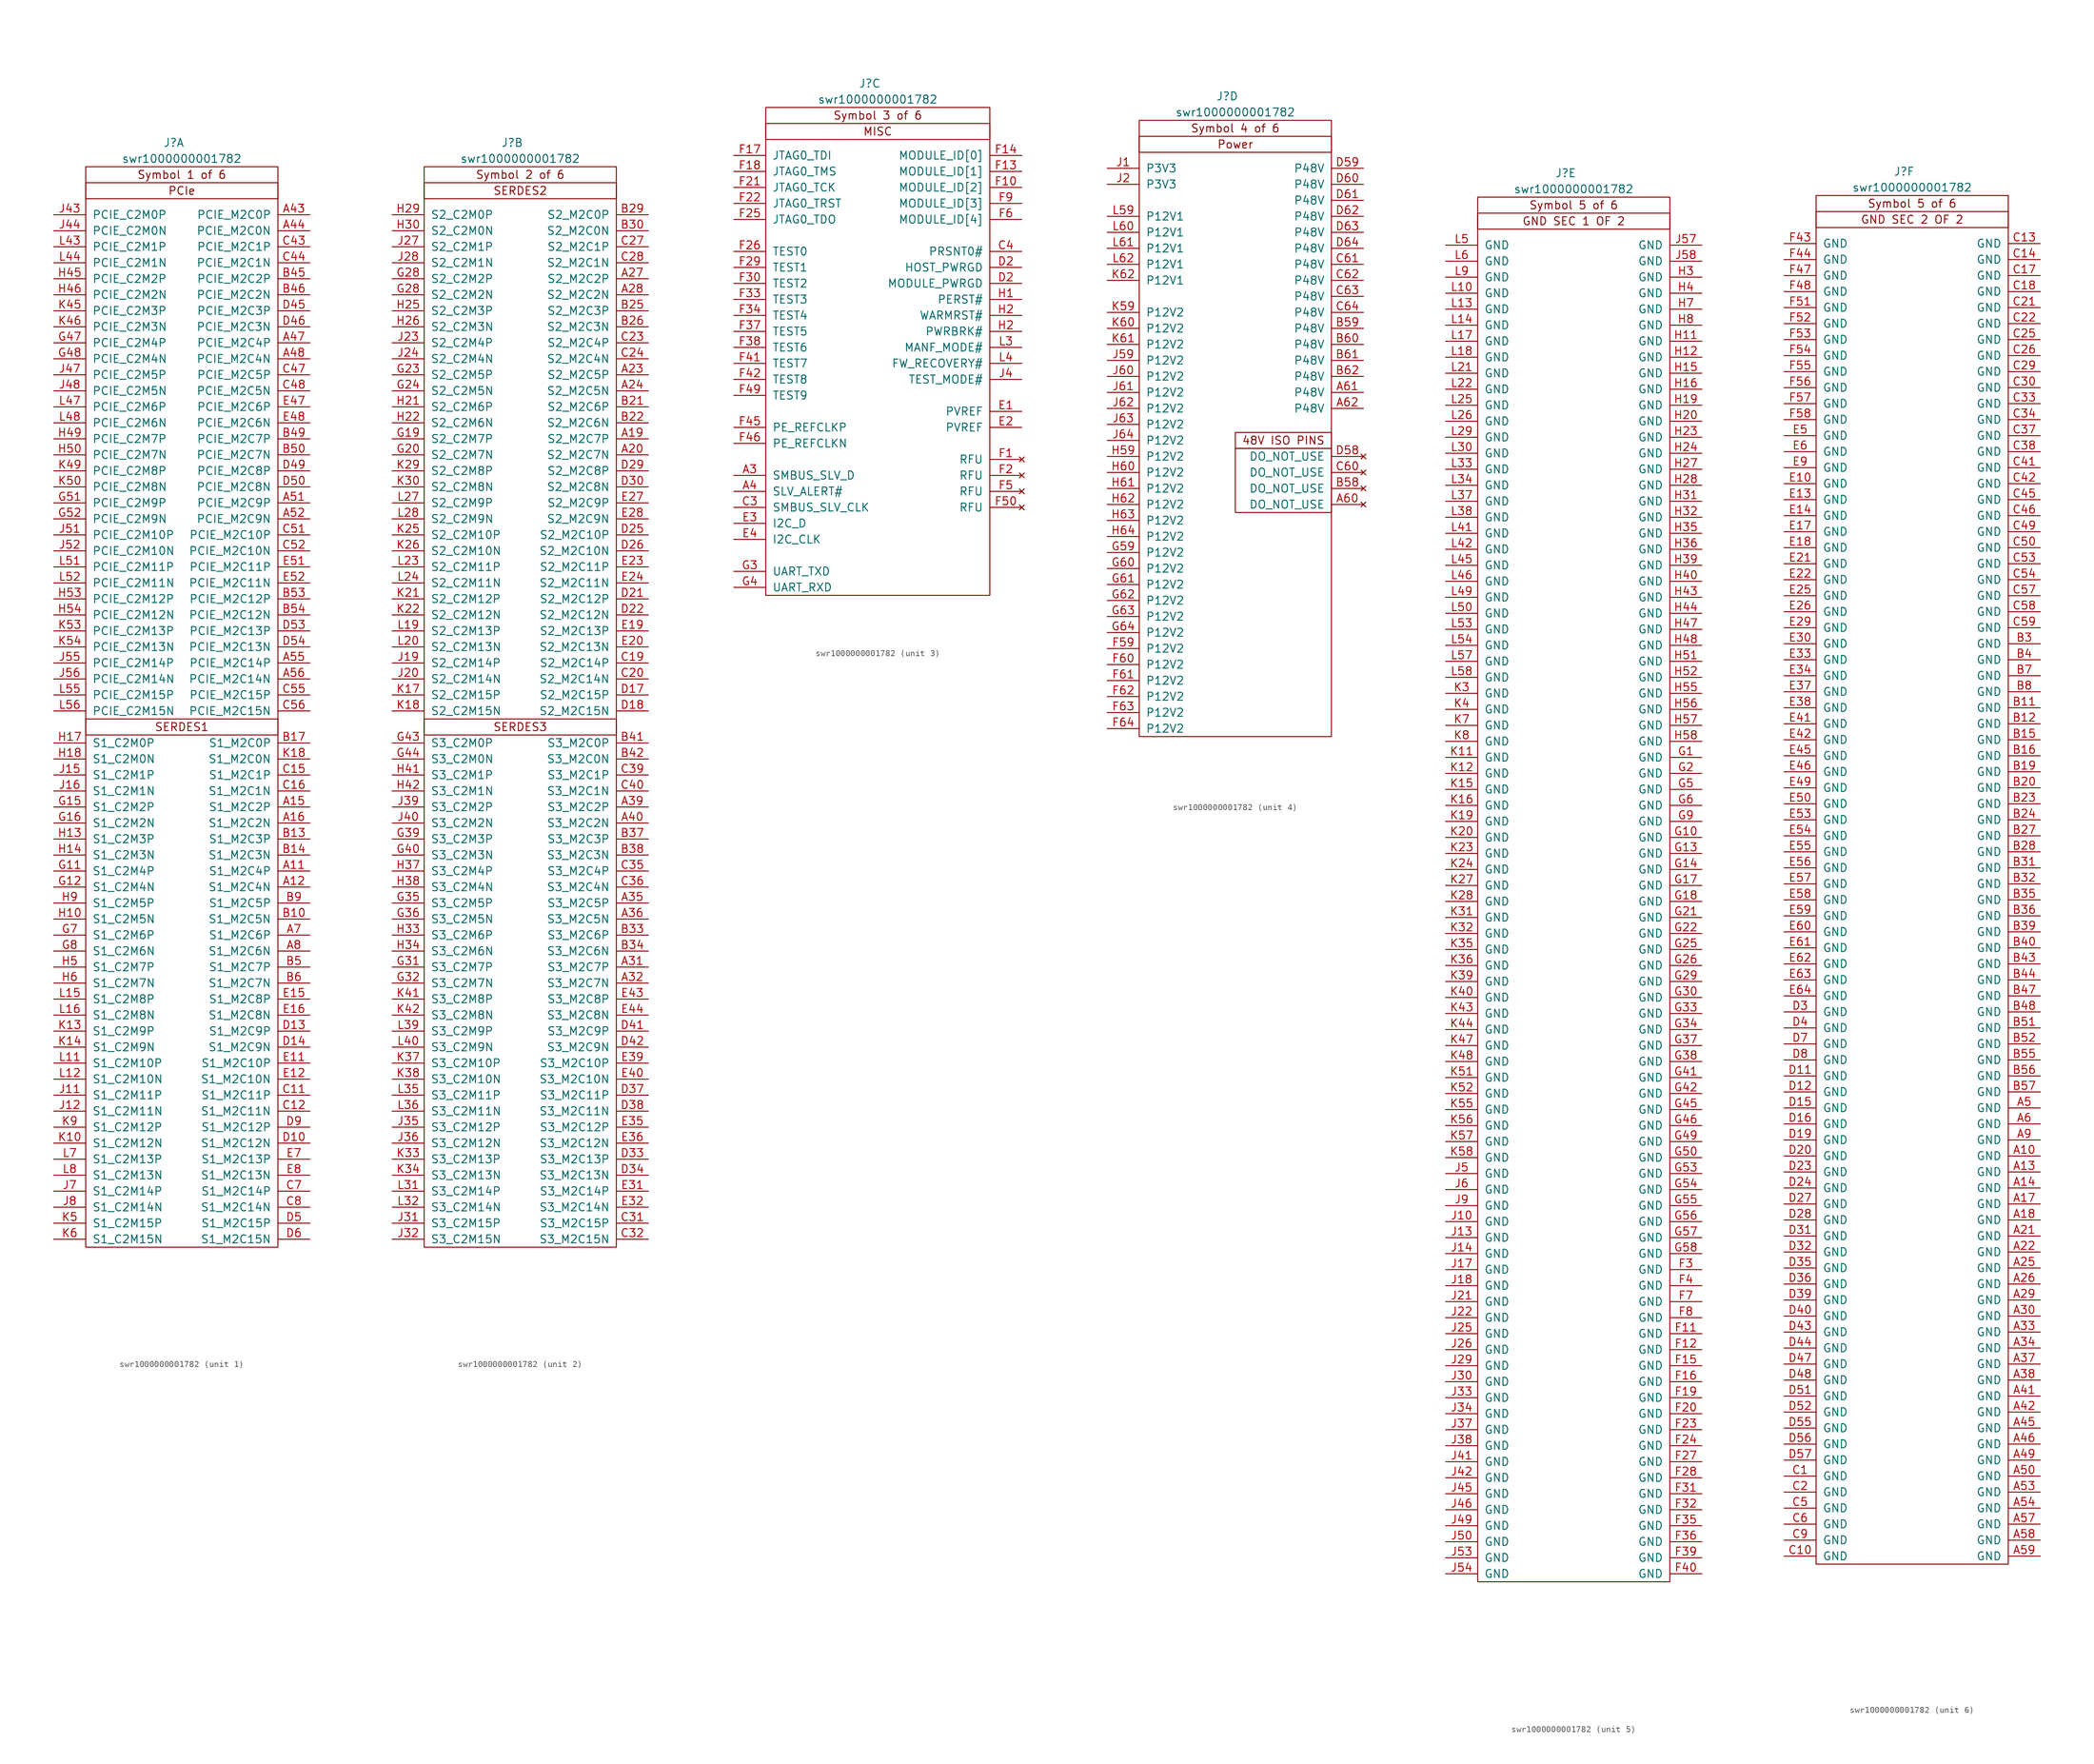
<source format=kicad_sym>
(kicad_symbol_lib
  (version 20220914)
  (generator kicad_symbol_editor)
  (symbol "swr1000000001782"
    (pin_names
      (offset 1.016))
    (property "Reference" "J"
      (at -1.27 3.81 0)
      (effects (font (size 1.27 1.27))))
    (property "Value" "swr1000000001782"
      (at 0 1.27 0)
      (effects (font (size 1.27 1.27))))
    (property "ki_locked" ""
      (at 0 0 0)
      (effects (font (size 1.27 1.27))))
    (symbol "swr1000000001782_1_0"
      (rectangle (start -15.24 -87.63) (end 15.24 -90.17) (stroke (width 0) (type default)) (fill (type none)))
      (rectangle (start -15.24 -2.54) (end 15.24 -5.08) (stroke (width 0) (type default)) (fill (type none)))
      (rectangle (start -15.24 0) (end 15.24 -171.45) (stroke (width 0) (type default)) (fill (type none)))
      (text "PCIe" (at 0 -3.81 0) (effects (font (size 1.27 1.27))))
      (text "SERDES1" (at 0 -88.9 0) (effects (font (size 1.27 1.27))))
      (text "Symbol 1 of 6" (at 0 -1.27 0) (effects (font (size 1.27 1.27)))))
    (symbol "swr1000000001782_1_1"
      (pin output line (at 20.32 -111.76 180) (length 5.08) (name "S1_M2C4P" (effects (font (size 1.27 1.27)))) (number "A11" (effects (font (size 1.27 1.27)))))
      (pin output line (at 20.32 -114.3 180) (length 5.08) (name "S1_M2C4N" (effects (font (size 1.27 1.27)))) (number "A12" (effects (font (size 1.27 1.27)))))
      (pin output line (at 20.32 -101.6 180) (length 5.08) (name "S1_M2C2P" (effects (font (size 1.27 1.27)))) (number "A15" (effects (font (size 1.27 1.27)))))
      (pin output line (at 20.32 -104.14 180) (length 5.08) (name "S1_M2C2N" (effects (font (size 1.27 1.27)))) (number "A16" (effects (font (size 1.27 1.27)))))
      (pin output line (at 20.32 -7.62 180) (length 5.08) (name "PCIE_M2C0P" (effects (font (size 1.27 1.27)))) (number "A43" (effects (font (size 1.27 1.27)))))
      (pin output line (at 20.32 -10.16 180) (length 5.08) (name "PCIE_M2C0N" (effects (font (size 1.27 1.27)))) (number "A44" (effects (font (size 1.27 1.27)))))
      (pin output line (at 20.32 -27.94 180) (length 5.08) (name "PCIE_M2C4P" (effects (font (size 1.27 1.27)))) (number "A47" (effects (font (size 1.27 1.27)))))
      (pin output line (at 20.32 -30.48 180) (length 5.08) (name "PCIE_M2C4N" (effects (font (size 1.27 1.27)))) (number "A48" (effects (font (size 1.27 1.27)))))
      (pin output line (at 20.32 -53.34 180) (length 5.08) (name "PCIE_M2C9P" (effects (font (size 1.27 1.27)))) (number "A51" (effects (font (size 1.27 1.27)))))
      (pin output line (at 20.32 -55.88 180) (length 5.08) (name "PCIE_M2C9N" (effects (font (size 1.27 1.27)))) (number "A52" (effects (font (size 1.27 1.27)))))
      (pin output line (at 20.32 -78.74 180) (length 5.08) (name "PCIE_M2C14P" (effects (font (size 1.27 1.27)))) (number "A55" (effects (font (size 1.27 1.27)))))
      (pin output line (at 20.32 -81.28 180) (length 5.08) (name "PCIE_M2C14N" (effects (font (size 1.27 1.27)))) (number "A56" (effects (font (size 1.27 1.27)))))
      (pin output line (at 20.32 -121.92 180) (length 5.08) (name "S1_M2C6P" (effects (font (size 1.27 1.27)))) (number "A7" (effects (font (size 1.27 1.27)))))
      (pin output line (at 20.32 -124.46 180) (length 5.08) (name "S1_M2C6N" (effects (font (size 1.27 1.27)))) (number "A8" (effects (font (size 1.27 1.27)))))
      (pin output line (at 20.32 -119.38 180) (length 5.08) (name "S1_M2C5N" (effects (font (size 1.27 1.27)))) (number "B10" (effects (font (size 1.27 1.27)))))
      (pin output line (at 20.32 -106.68 180) (length 5.08) (name "S1_M2C3P" (effects (font (size 1.27 1.27)))) (number "B13" (effects (font (size 1.27 1.27)))))
      (pin output line (at 20.32 -109.22 180) (length 5.08) (name "S1_M2C3N" (effects (font (size 1.27 1.27)))) (number "B14" (effects (font (size 1.27 1.27)))))
      (pin output line (at 20.32 -91.44 180) (length 5.08) (name "S1_M2C0P" (effects (font (size 1.27 1.27)))) (number "B17" (effects (font (size 1.27 1.27)))))
      (pin output line (at 20.32 -17.78 180) (length 5.08) (name "PCIE_M2C2P" (effects (font (size 1.27 1.27)))) (number "B45" (effects (font (size 1.27 1.27)))))
      (pin output line (at 20.32 -20.32 180) (length 5.08) (name "PCIE_M2C2N" (effects (font (size 1.27 1.27)))) (number "B46" (effects (font (size 1.27 1.27)))))
      (pin output line (at 20.32 -43.18 180) (length 5.08) (name "PCIE_M2C7P" (effects (font (size 1.27 1.27)))) (number "B49" (effects (font (size 1.27 1.27)))))
      (pin output line (at 20.32 -127 180) (length 5.08) (name "S1_M2C7P" (effects (font (size 1.27 1.27)))) (number "B5" (effects (font (size 1.27 1.27)))))
      (pin output line (at 20.32 -45.72 180) (length 5.08) (name "PCIE_M2C7N" (effects (font (size 1.27 1.27)))) (number "B50" (effects (font (size 1.27 1.27)))))
      (pin output line (at 20.32 -68.58 180) (length 5.08) (name "PCIE_M2C12P" (effects (font (size 1.27 1.27)))) (number "B53" (effects (font (size 1.27 1.27)))))
      (pin output line (at 20.32 -71.12 180) (length 5.08) (name "PCIE_M2C12N" (effects (font (size 1.27 1.27)))) (number "B54" (effects (font (size 1.27 1.27)))))
      (pin output line (at 20.32 -129.54 180) (length 5.08) (name "S1_M2C7N" (effects (font (size 1.27 1.27)))) (number "B6" (effects (font (size 1.27 1.27)))))
      (pin output line (at 20.32 -116.84 180) (length 5.08) (name "S1_M2C5P" (effects (font (size 1.27 1.27)))) (number "B9" (effects (font (size 1.27 1.27)))))
      (pin output line (at 20.32 -147.32 180) (length 5.08) (name "S1_M2C11P" (effects (font (size 1.27 1.27)))) (number "C11" (effects (font (size 1.27 1.27)))))
      (pin output line (at 20.32 -149.86 180) (length 5.08) (name "S1_M2C11N" (effects (font (size 1.27 1.27)))) (number "C12" (effects (font (size 1.27 1.27)))))
      (pin output line (at 20.32 -96.52 180) (length 5.08) (name "S1_M2C1P" (effects (font (size 1.27 1.27)))) (number "C15" (effects (font (size 1.27 1.27)))))
      (pin output line (at 20.32 -99.06 180) (length 5.08) (name "S1_M2C1N" (effects (font (size 1.27 1.27)))) (number "C16" (effects (font (size 1.27 1.27)))))
      (pin output line (at 20.32 -12.7 180) (length 5.08) (name "PCIE_M2C1P" (effects (font (size 1.27 1.27)))) (number "C43" (effects (font (size 1.27 1.27)))))
      (pin output line (at 20.32 -15.24 180) (length 5.08) (name "PCIE_M2C1N" (effects (font (size 1.27 1.27)))) (number "C44" (effects (font (size 1.27 1.27)))))
      (pin output line (at 20.32 -33.02 180) (length 5.08) (name "PCIE_M2C5P" (effects (font (size 1.27 1.27)))) (number "C47" (effects (font (size 1.27 1.27)))))
      (pin output line (at 20.32 -35.56 180) (length 5.08) (name "PCIE_M2C5N" (effects (font (size 1.27 1.27)))) (number "C48" (effects (font (size 1.27 1.27)))))
      (pin output line (at 20.32 -58.42 180) (length 5.08) (name "PCIE_M2C10P" (effects (font (size 1.27 1.27)))) (number "C51" (effects (font (size 1.27 1.27)))))
      (pin output line (at 20.32 -60.96 180) (length 5.08) (name "PCIE_M2C10N" (effects (font (size 1.27 1.27)))) (number "C52" (effects (font (size 1.27 1.27)))))
      (pin output line (at 20.32 -83.82 180) (length 5.08) (name "PCIE_M2C15P" (effects (font (size 1.27 1.27)))) (number "C55" (effects (font (size 1.27 1.27)))))
      (pin output line (at 20.32 -86.36 180) (length 5.08) (name "PCIE_M2C15N" (effects (font (size 1.27 1.27)))) (number "C56" (effects (font (size 1.27 1.27)))))
      (pin output line (at 20.32 -162.56 180) (length 5.08) (name "S1_M2C14P" (effects (font (size 1.27 1.27)))) (number "C7" (effects (font (size 1.27 1.27)))))
      (pin output line (at 20.32 -165.1 180) (length 5.08) (name "S1_M2C14N" (effects (font (size 1.27 1.27)))) (number "C8" (effects (font (size 1.27 1.27)))))
      (pin output line (at 20.32 -154.94 180) (length 5.08) (name "S1_M2C12N" (effects (font (size 1.27 1.27)))) (number "D10" (effects (font (size 1.27 1.27)))))
      (pin output line (at 20.32 -137.16 180) (length 5.08) (name "S1_M2C9P" (effects (font (size 1.27 1.27)))) (number "D13" (effects (font (size 1.27 1.27)))))
      (pin output line (at 20.32 -139.7 180) (length 5.08) (name "S1_M2C9N" (effects (font (size 1.27 1.27)))) (number "D14" (effects (font (size 1.27 1.27)))))
      (pin output line (at 20.32 -22.86 180) (length 5.08) (name "PCIE_M2C3P" (effects (font (size 1.27 1.27)))) (number "D45" (effects (font (size 1.27 1.27)))))
      (pin output line (at 20.32 -25.4 180) (length 5.08) (name "PCIE_M2C3N" (effects (font (size 1.27 1.27)))) (number "D46" (effects (font (size 1.27 1.27)))))
      (pin output line (at 20.32 -48.26 180) (length 5.08) (name "PCIE_M2C8P" (effects (font (size 1.27 1.27)))) (number "D49" (effects (font (size 1.27 1.27)))))
      (pin output line (at 20.32 -167.64 180) (length 5.08) (name "S1_M2C15P" (effects (font (size 1.27 1.27)))) (number "D5" (effects (font (size 1.27 1.27)))))
      (pin output line (at 20.32 -50.8 180) (length 5.08) (name "PCIE_M2C8N" (effects (font (size 1.27 1.27)))) (number "D50" (effects (font (size 1.27 1.27)))))
      (pin output line (at 20.32 -73.66 180) (length 5.08) (name "PCIE_M2C13P" (effects (font (size 1.27 1.27)))) (number "D53" (effects (font (size 1.27 1.27)))))
      (pin output line (at 20.32 -76.2 180) (length 5.08) (name "PCIE_M2C13N" (effects (font (size 1.27 1.27)))) (number "D54" (effects (font (size 1.27 1.27)))))
      (pin output line (at 20.32 -170.18 180) (length 5.08) (name "S1_M2C15N" (effects (font (size 1.27 1.27)))) (number "D6" (effects (font (size 1.27 1.27)))))
      (pin output line (at 20.32 -152.4 180) (length 5.08) (name "S1_M2C12P" (effects (font (size 1.27 1.27)))) (number "D9" (effects (font (size 1.27 1.27)))))
      (pin output line (at 20.32 -142.24 180) (length 5.08) (name "S1_M2C10P" (effects (font (size 1.27 1.27)))) (number "E11" (effects (font (size 1.27 1.27)))))
      (pin output line (at 20.32 -144.78 180) (length 5.08) (name "S1_M2C10N" (effects (font (size 1.27 1.27)))) (number "E12" (effects (font (size 1.27 1.27)))))
      (pin output line (at 20.32 -132.08 180) (length 5.08) (name "S1_M2C8P" (effects (font (size 1.27 1.27)))) (number "E15" (effects (font (size 1.27 1.27)))))
      (pin output line (at 20.32 -134.62 180) (length 5.08) (name "S1_M2C8N" (effects (font (size 1.27 1.27)))) (number "E16" (effects (font (size 1.27 1.27)))))
      (pin output line (at 20.32 -38.1 180) (length 5.08) (name "PCIE_M2C6P" (effects (font (size 1.27 1.27)))) (number "E47" (effects (font (size 1.27 1.27)))))
      (pin output line (at 20.32 -40.64 180) (length 5.08) (name "PCIE_M2C6N" (effects (font (size 1.27 1.27)))) (number "E48" (effects (font (size 1.27 1.27)))))
      (pin output line (at 20.32 -63.5 180) (length 5.08) (name "PCIE_M2C11P" (effects (font (size 1.27 1.27)))) (number "E51" (effects (font (size 1.27 1.27)))))
      (pin output line (at 20.32 -66.04 180) (length 5.08) (name "PCIE_M2C11N" (effects (font (size 1.27 1.27)))) (number "E52" (effects (font (size 1.27 1.27)))))
      (pin output line (at 20.32 -157.48 180) (length 5.08) (name "S1_M2C13P" (effects (font (size 1.27 1.27)))) (number "E7" (effects (font (size 1.27 1.27)))))
      (pin output line (at 20.32 -160.02 180) (length 5.08) (name "S1_M2C13N" (effects (font (size 1.27 1.27)))) (number "E8" (effects (font (size 1.27 1.27)))))
      (pin input line (at -20.32 -111.76 0) (length 5.08) (name "S1_C2M4P" (effects (font (size 1.27 1.27)))) (number "G11" (effects (font (size 1.27 1.27)))))
      (pin input line (at -20.32 -114.3 0) (length 5.08) (name "S1_C2M4N" (effects (font (size 1.27 1.27)))) (number "G12" (effects (font (size 1.27 1.27)))))
      (pin input line (at -20.32 -101.6 0) (length 5.08) (name "S1_C2M2P" (effects (font (size 1.27 1.27)))) (number "G15" (effects (font (size 1.27 1.27)))))
      (pin input line (at -20.32 -104.14 0) (length 5.08) (name "S1_C2M2N" (effects (font (size 1.27 1.27)))) (number "G16" (effects (font (size 1.27 1.27)))))
      (pin input line (at -20.32 -27.94 0) (length 5.08) (name "PCIE_C2M4P" (effects (font (size 1.27 1.27)))) (number "G47" (effects (font (size 1.27 1.27)))))
      (pin input line (at -20.32 -30.48 0) (length 5.08) (name "PCIE_C2M4N" (effects (font (size 1.27 1.27)))) (number "G48" (effects (font (size 1.27 1.27)))))
      (pin input line (at -20.32 -53.34 0) (length 5.08) (name "PCIE_C2M9P" (effects (font (size 1.27 1.27)))) (number "G51" (effects (font (size 1.27 1.27)))))
      (pin input line (at -20.32 -55.88 0) (length 5.08) (name "PCIE_C2M9N" (effects (font (size 1.27 1.27)))) (number "G52" (effects (font (size 1.27 1.27)))))
      (pin input line (at -20.32 -121.92 0) (length 5.08) (name "S1_C2M6P" (effects (font (size 1.27 1.27)))) (number "G7" (effects (font (size 1.27 1.27)))))
      (pin input line (at -20.32 -124.46 0) (length 5.08) (name "S1_C2M6N" (effects (font (size 1.27 1.27)))) (number "G8" (effects (font (size 1.27 1.27)))))
      (pin input line (at -20.32 -119.38 0) (length 5.08) (name "S1_C2M5N" (effects (font (size 1.27 1.27)))) (number "H10" (effects (font (size 1.27 1.27)))))
      (pin input line (at -20.32 -106.68 0) (length 5.08) (name "S1_C2M3P" (effects (font (size 1.27 1.27)))) (number "H13" (effects (font (size 1.27 1.27)))))
      (pin input line (at -20.32 -109.22 0) (length 5.08) (name "S1_C2M3N" (effects (font (size 1.27 1.27)))) (number "H14" (effects (font (size 1.27 1.27)))))
      (pin input line (at -20.32 -91.44 0) (length 5.08) (name "S1_C2M0P" (effects (font (size 1.27 1.27)))) (number "H17" (effects (font (size 1.27 1.27)))))
      (pin input line (at -20.32 -93.98 0) (length 5.08) (name "S1_C2M0N" (effects (font (size 1.27 1.27)))) (number "H18" (effects (font (size 1.27 1.27)))))
      (pin input line (at -20.32 -17.78 0) (length 5.08) (name "PCIE_C2M2P" (effects (font (size 1.27 1.27)))) (number "H45" (effects (font (size 1.27 1.27)))))
      (pin input line (at -20.32 -20.32 0) (length 5.08) (name "PCIE_C2M2N" (effects (font (size 1.27 1.27)))) (number "H46" (effects (font (size 1.27 1.27)))))
      (pin input line (at -20.32 -43.18 0) (length 5.08) (name "PCIE_C2M7P" (effects (font (size 1.27 1.27)))) (number "H49" (effects (font (size 1.27 1.27)))))
      (pin input line (at -20.32 -127 0) (length 5.08) (name "S1_C2M7P" (effects (font (size 1.27 1.27)))) (number "H5" (effects (font (size 1.27 1.27)))))
      (pin input line (at -20.32 -45.72 0) (length 5.08) (name "PCIE_C2M7N" (effects (font (size 1.27 1.27)))) (number "H50" (effects (font (size 1.27 1.27)))))
      (pin input line (at -20.32 -68.58 0) (length 5.08) (name "PCIE_C2M12P" (effects (font (size 1.27 1.27)))) (number "H53" (effects (font (size 1.27 1.27)))))
      (pin input line (at -20.32 -71.12 0) (length 5.08) (name "PCIE_C2M12N" (effects (font (size 1.27 1.27)))) (number "H54" (effects (font (size 1.27 1.27)))))
      (pin input line (at -20.32 -129.54 0) (length 5.08) (name "S1_C2M7N" (effects (font (size 1.27 1.27)))) (number "H6" (effects (font (size 1.27 1.27)))))
      (pin input line (at -20.32 -116.84 0) (length 5.08) (name "S1_C2M5P" (effects (font (size 1.27 1.27)))) (number "H9" (effects (font (size 1.27 1.27)))))
      (pin input line (at -20.32 -147.32 0) (length 5.08) (name "S1_C2M11P" (effects (font (size 1.27 1.27)))) (number "J11" (effects (font (size 1.27 1.27)))))
      (pin input line (at -20.32 -149.86 0) (length 5.08) (name "S1_C2M11N" (effects (font (size 1.27 1.27)))) (number "J12" (effects (font (size 1.27 1.27)))))
      (pin input line (at -20.32 -96.52 0) (length 5.08) (name "S1_C2M1P" (effects (font (size 1.27 1.27)))) (number "J15" (effects (font (size 1.27 1.27)))))
      (pin input line (at -20.32 -99.06 0) (length 5.08) (name "S1_C2M1N" (effects (font (size 1.27 1.27)))) (number "J16" (effects (font (size 1.27 1.27)))))
      (pin input line (at -20.32 -7.62 0) (length 5.08) (name "PCIE_C2M0P" (effects (font (size 1.27 1.27)))) (number "J43" (effects (font (size 1.27 1.27)))))
      (pin input line (at -20.32 -10.16 0) (length 5.08) (name "PCIE_C2M0N" (effects (font (size 1.27 1.27)))) (number "J44" (effects (font (size 1.27 1.27)))))
      (pin input line (at -20.32 -33.02 0) (length 5.08) (name "PCIE_C2M5P" (effects (font (size 1.27 1.27)))) (number "J47" (effects (font (size 1.27 1.27)))))
      (pin input line (at -20.32 -35.56 0) (length 5.08) (name "PCIE_C2M5N" (effects (font (size 1.27 1.27)))) (number "J48" (effects (font (size 1.27 1.27)))))
      (pin input line (at -20.32 -58.42 0) (length 5.08) (name "PCIE_C2M10P" (effects (font (size 1.27 1.27)))) (number "J51" (effects (font (size 1.27 1.27)))))
      (pin input line (at -20.32 -60.96 0) (length 5.08) (name "PCIE_C2M10N" (effects (font (size 1.27 1.27)))) (number "J52" (effects (font (size 1.27 1.27)))))
      (pin input line (at -20.32 -78.74 0) (length 5.08) (name "PCIE_C2M14P" (effects (font (size 1.27 1.27)))) (number "J55" (effects (font (size 1.27 1.27)))))
      (pin input line (at -20.32 -81.28 0) (length 5.08) (name "PCIE_C2M14N" (effects (font (size 1.27 1.27)))) (number "J56" (effects (font (size 1.27 1.27)))))
      (pin input line (at -20.32 -162.56 0) (length 5.08) (name "S1_C2M14P" (effects (font (size 1.27 1.27)))) (number "J7" (effects (font (size 1.27 1.27)))))
      (pin input line (at -20.32 -165.1 0) (length 5.08) (name "S1_C2M14N" (effects (font (size 1.27 1.27)))) (number "J8" (effects (font (size 1.27 1.27)))))
      (pin input line (at -20.32 -154.94 0) (length 5.08) (name "S1_C2M12N" (effects (font (size 1.27 1.27)))) (number "K10" (effects (font (size 1.27 1.27)))))
      (pin input line (at -20.32 -137.16 0) (length 5.08) (name "S1_C2M9P" (effects (font (size 1.27 1.27)))) (number "K13" (effects (font (size 1.27 1.27)))))
      (pin input line (at -20.32 -139.7 0) (length 5.08) (name "S1_C2M9N" (effects (font (size 1.27 1.27)))) (number "K14" (effects (font (size 1.27 1.27)))))
      (pin output line (at 20.32 -93.98 180) (length 5.08) (name "S1_M2C0N" (effects (font (size 1.27 1.27)))) (number "K18" (effects (font (size 1.27 1.27)))))
      (pin input line (at -20.32 -22.86 0) (length 5.08) (name "PCIE_C2M3P" (effects (font (size 1.27 1.27)))) (number "K45" (effects (font (size 1.27 1.27)))))
      (pin input line (at -20.32 -25.4 0) (length 5.08) (name "PCIE_C2M3N" (effects (font (size 1.27 1.27)))) (number "K46" (effects (font (size 1.27 1.27)))))
      (pin input line (at -20.32 -48.26 0) (length 5.08) (name "PCIE_C2M8P" (effects (font (size 1.27 1.27)))) (number "K49" (effects (font (size 1.27 1.27)))))
      (pin input line (at -20.32 -167.64 0) (length 5.08) (name "S1_C2M15P" (effects (font (size 1.27 1.27)))) (number "K5" (effects (font (size 1.27 1.27)))))
      (pin input line (at -20.32 -50.8 0) (length 5.08) (name "PCIE_C2M8N" (effects (font (size 1.27 1.27)))) (number "K50" (effects (font (size 1.27 1.27)))))
      (pin input line (at -20.32 -73.66 0) (length 5.08) (name "PCIE_C2M13P" (effects (font (size 1.27 1.27)))) (number "K53" (effects (font (size 1.27 1.27)))))
      (pin input line (at -20.32 -76.2 0) (length 5.08) (name "PCIE_C2M13N" (effects (font (size 1.27 1.27)))) (number "K54" (effects (font (size 1.27 1.27)))))
      (pin input line (at -20.32 -170.18 0) (length 5.08) (name "S1_C2M15N" (effects (font (size 1.27 1.27)))) (number "K6" (effects (font (size 1.27 1.27)))))
      (pin input line (at -20.32 -152.4 0) (length 5.08) (name "S1_C2M12P" (effects (font (size 1.27 1.27)))) (number "K9" (effects (font (size 1.27 1.27)))))
      (pin input line (at -20.32 -142.24 0) (length 5.08) (name "S1_C2M10P" (effects (font (size 1.27 1.27)))) (number "L11" (effects (font (size 1.27 1.27)))))
      (pin input line (at -20.32 -144.78 0) (length 5.08) (name "S1_C2M10N" (effects (font (size 1.27 1.27)))) (number "L12" (effects (font (size 1.27 1.27)))))
      (pin input line (at -20.32 -132.08 0) (length 5.08) (name "S1_C2M8P" (effects (font (size 1.27 1.27)))) (number "L15" (effects (font (size 1.27 1.27)))))
      (pin input line (at -20.32 -134.62 0) (length 5.08) (name "S1_C2M8N" (effects (font (size 1.27 1.27)))) (number "L16" (effects (font (size 1.27 1.27)))))
      (pin input line (at -20.32 -12.7 0) (length 5.08) (name "PCIE_C2M1P" (effects (font (size 1.27 1.27)))) (number "L43" (effects (font (size 1.27 1.27)))))
      (pin input line (at -20.32 -15.24 0) (length 5.08) (name "PCIE_C2M1N" (effects (font (size 1.27 1.27)))) (number "L44" (effects (font (size 1.27 1.27)))))
      (pin input line (at -20.32 -38.1 0) (length 5.08) (name "PCIE_C2M6P" (effects (font (size 1.27 1.27)))) (number "L47" (effects (font (size 1.27 1.27)))))
      (pin input line (at -20.32 -40.64 0) (length 5.08) (name "PCIE_C2M6N" (effects (font (size 1.27 1.27)))) (number "L48" (effects (font (size 1.27 1.27)))))
      (pin input line (at -20.32 -63.5 0) (length 5.08) (name "PCIE_C2M11P" (effects (font (size 1.27 1.27)))) (number "L51" (effects (font (size 1.27 1.27)))))
      (pin input line (at -20.32 -66.04 0) (length 5.08) (name "PCIE_C2M11N" (effects (font (size 1.27 1.27)))) (number "L52" (effects (font (size 1.27 1.27)))))
      (pin input line (at -20.32 -83.82 0) (length 5.08) (name "PCIE_C2M15P" (effects (font (size 1.27 1.27)))) (number "L55" (effects (font (size 1.27 1.27)))))
      (pin input line (at -20.32 -86.36 0) (length 5.08) (name "PCIE_C2M15N" (effects (font (size 1.27 1.27)))) (number "L56" (effects (font (size 1.27 1.27)))))
      (pin input line (at -20.32 -157.48 0) (length 5.08) (name "S1_C2M13P" (effects (font (size 1.27 1.27)))) (number "L7" (effects (font (size 1.27 1.27)))))
      (pin input line (at -20.32 -160.02 0) (length 5.08) (name "S1_C2M13N" (effects (font (size 1.27 1.27)))) (number "L8" (effects (font (size 1.27 1.27))))))
    (symbol "swr1000000001782_2_0"
      (rectangle (start -15.24 0) (end 15.24 -171.45) (stroke (width 0) (type default)) (fill (type none)))
      (text "SERDES3" (at 0 -88.9 0) (effects (font (size 1.27 1.27))))
      (text "Symbol 2 of 6" (at 0 -1.27 0) (effects (font (size 1.27 1.27)))))
    (symbol "swr1000000001782_2_1"
      (rectangle (start -15.24 -87.63) (end 15.24 -90.17) (stroke (width 0) (type default)) (fill (type none)))
      (rectangle (start -15.24 -2.54) (end 15.24 -5.08) (stroke (width 0) (type default)) (fill (type none)))
      (text "SERDES2" (at 0 -3.81 0) (effects (font (size 1.27 1.27))))
      (pin output line (at 20.32 -43.18 180) (length 5.08) (name "S2_M2C7P" (effects (font (size 1.27 1.27)))) (number "A19" (effects (font (size 1.27 1.27)))))
      (pin output line (at 20.32 -45.72 180) (length 5.08) (name "S2_M2C7N" (effects (font (size 1.27 1.27)))) (number "A20" (effects (font (size 1.27 1.27)))))
      (pin output line (at 20.32 -33.02 180) (length 5.08) (name "S2_M2C5P" (effects (font (size 1.27 1.27)))) (number "A23" (effects (font (size 1.27 1.27)))))
      (pin output line (at 20.32 -35.56 180) (length 5.08) (name "S2_M2C5N" (effects (font (size 1.27 1.27)))) (number "A24" (effects (font (size 1.27 1.27)))))
      (pin output line (at 20.32 -17.78 180) (length 5.08) (name "S2_M2C2P" (effects (font (size 1.27 1.27)))) (number "A27" (effects (font (size 1.27 1.27)))))
      (pin output line (at 20.32 -20.32 180) (length 5.08) (name "S2_M2C2N" (effects (font (size 1.27 1.27)))) (number "A28" (effects (font (size 1.27 1.27)))))
      (pin output line (at 20.32 -127 180) (length 5.08) (name "S3_M2C7P" (effects (font (size 1.27 1.27)))) (number "A31" (effects (font (size 1.27 1.27)))))
      (pin output line (at 20.32 -129.54 180) (length 5.08) (name "S3_M2C7N" (effects (font (size 1.27 1.27)))) (number "A32" (effects (font (size 1.27 1.27)))))
      (pin output line (at 20.32 -116.84 180) (length 5.08) (name "S3_M2C5P" (effects (font (size 1.27 1.27)))) (number "A35" (effects (font (size 1.27 1.27)))))
      (pin output line (at 20.32 -119.38 180) (length 5.08) (name "S3_M2C5N" (effects (font (size 1.27 1.27)))) (number "A36" (effects (font (size 1.27 1.27)))))
      (pin output line (at 20.32 -101.6 180) (length 5.08) (name "S3_M2C2P" (effects (font (size 1.27 1.27)))) (number "A39" (effects (font (size 1.27 1.27)))))
      (pin output line (at 20.32 -104.14 180) (length 5.08) (name "S3_M2C2N" (effects (font (size 1.27 1.27)))) (number "A40" (effects (font (size 1.27 1.27)))))
      (pin output line (at 20.32 -38.1 180) (length 5.08) (name "S2_M2C6P" (effects (font (size 1.27 1.27)))) (number "B21" (effects (font (size 1.27 1.27)))))
      (pin output line (at 20.32 -40.64 180) (length 5.08) (name "S2_M2C6N" (effects (font (size 1.27 1.27)))) (number "B22" (effects (font (size 1.27 1.27)))))
      (pin output line (at 20.32 -22.86 180) (length 5.08) (name "S2_M2C3P" (effects (font (size 1.27 1.27)))) (number "B25" (effects (font (size 1.27 1.27)))))
      (pin output line (at 20.32 -25.4 180) (length 5.08) (name "S2_M2C3N" (effects (font (size 1.27 1.27)))) (number "B26" (effects (font (size 1.27 1.27)))))
      (pin output line (at 20.32 -7.62 180) (length 5.08) (name "S2_M2C0P" (effects (font (size 1.27 1.27)))) (number "B29" (effects (font (size 1.27 1.27)))))
      (pin output line (at 20.32 -10.16 180) (length 5.08) (name "S2_M2C0N" (effects (font (size 1.27 1.27)))) (number "B30" (effects (font (size 1.27 1.27)))))
      (pin output line (at 20.32 -121.92 180) (length 5.08) (name "S3_M2C6P" (effects (font (size 1.27 1.27)))) (number "B33" (effects (font (size 1.27 1.27)))))
      (pin output line (at 20.32 -124.46 180) (length 5.08) (name "S3_M2C6N" (effects (font (size 1.27 1.27)))) (number "B34" (effects (font (size 1.27 1.27)))))
      (pin output line (at 20.32 -106.68 180) (length 5.08) (name "S3_M2C3P" (effects (font (size 1.27 1.27)))) (number "B37" (effects (font (size 1.27 1.27)))))
      (pin output line (at 20.32 -109.22 180) (length 5.08) (name "S3_M2C3N" (effects (font (size 1.27 1.27)))) (number "B38" (effects (font (size 1.27 1.27)))))
      (pin output line (at 20.32 -91.44 180) (length 5.08) (name "S3_M2C0P" (effects (font (size 1.27 1.27)))) (number "B41" (effects (font (size 1.27 1.27)))))
      (pin output line (at 20.32 -93.98 180) (length 5.08) (name "S3_M2C0N" (effects (font (size 1.27 1.27)))) (number "B42" (effects (font (size 1.27 1.27)))))
      (pin output line (at 20.32 -78.74 180) (length 5.08) (name "S2_M2C14P" (effects (font (size 1.27 1.27)))) (number "C19" (effects (font (size 1.27 1.27)))))
      (pin output line (at 20.32 -81.28 180) (length 5.08) (name "S2_M2C14N" (effects (font (size 1.27 1.27)))) (number "C20" (effects (font (size 1.27 1.27)))))
      (pin output line (at 20.32 -27.94 180) (length 5.08) (name "S2_M2C4P" (effects (font (size 1.27 1.27)))) (number "C23" (effects (font (size 1.27 1.27)))))
      (pin output line (at 20.32 -30.48 180) (length 5.08) (name "S2_M2C4N" (effects (font (size 1.27 1.27)))) (number "C24" (effects (font (size 1.27 1.27)))))
      (pin output line (at 20.32 -12.7 180) (length 5.08) (name "S2_M2C1P" (effects (font (size 1.27 1.27)))) (number "C27" (effects (font (size 1.27 1.27)))))
      (pin output line (at 20.32 -15.24 180) (length 5.08) (name "S2_M2C1N" (effects (font (size 1.27 1.27)))) (number "C28" (effects (font (size 1.27 1.27)))))
      (pin output line (at 20.32 -167.64 180) (length 5.08) (name "S3_M2C15P" (effects (font (size 1.27 1.27)))) (number "C31" (effects (font (size 1.27 1.27)))))
      (pin output line (at 20.32 -170.18 180) (length 5.08) (name "S3_M2C15N" (effects (font (size 1.27 1.27)))) (number "C32" (effects (font (size 1.27 1.27)))))
      (pin output line (at 20.32 -111.76 180) (length 5.08) (name "S3_M2C4P" (effects (font (size 1.27 1.27)))) (number "C35" (effects (font (size 1.27 1.27)))))
      (pin output line (at 20.32 -114.3 180) (length 5.08) (name "S3_M2C4N" (effects (font (size 1.27 1.27)))) (number "C36" (effects (font (size 1.27 1.27)))))
      (pin output line (at 20.32 -96.52 180) (length 5.08) (name "S3_M2C1P" (effects (font (size 1.27 1.27)))) (number "C39" (effects (font (size 1.27 1.27)))))
      (pin output line (at 20.32 -99.06 180) (length 5.08) (name "S3_M2C1N" (effects (font (size 1.27 1.27)))) (number "C40" (effects (font (size 1.27 1.27)))))
      (pin output line (at 20.32 -83.82 180) (length 5.08) (name "S2_M2C15P" (effects (font (size 1.27 1.27)))) (number "D17" (effects (font (size 1.27 1.27)))))
      (pin output line (at 20.32 -86.36 180) (length 5.08) (name "S2_M2C15N" (effects (font (size 1.27 1.27)))) (number "D18" (effects (font (size 1.27 1.27)))))
      (pin output line (at 20.32 -68.58 180) (length 5.08) (name "S2_M2C12P" (effects (font (size 1.27 1.27)))) (number "D21" (effects (font (size 1.27 1.27)))))
      (pin output line (at 20.32 -71.12 180) (length 5.08) (name "S2_M2C12N" (effects (font (size 1.27 1.27)))) (number "D22" (effects (font (size 1.27 1.27)))))
      (pin output line (at 20.32 -58.42 180) (length 5.08) (name "S2_M2C10P" (effects (font (size 1.27 1.27)))) (number "D25" (effects (font (size 1.27 1.27)))))
      (pin output line (at 20.32 -60.96 180) (length 5.08) (name "S2_M2C10N" (effects (font (size 1.27 1.27)))) (number "D26" (effects (font (size 1.27 1.27)))))
      (pin output line (at 20.32 -48.26 180) (length 5.08) (name "S2_M2C8P" (effects (font (size 1.27 1.27)))) (number "D29" (effects (font (size 1.27 1.27)))))
      (pin output line (at 20.32 -50.8 180) (length 5.08) (name "S2_M2C8N" (effects (font (size 1.27 1.27)))) (number "D30" (effects (font (size 1.27 1.27)))))
      (pin output line (at 20.32 -157.48 180) (length 5.08) (name "S3_M2C13P" (effects (font (size 1.27 1.27)))) (number "D33" (effects (font (size 1.27 1.27)))))
      (pin output line (at 20.32 -160.02 180) (length 5.08) (name "S3_M2C13N" (effects (font (size 1.27 1.27)))) (number "D34" (effects (font (size 1.27 1.27)))))
      (pin output line (at 20.32 -147.32 180) (length 5.08) (name "S3_M2C11P" (effects (font (size 1.27 1.27)))) (number "D37" (effects (font (size 1.27 1.27)))))
      (pin output line (at 20.32 -149.86 180) (length 5.08) (name "S3_M2C11N" (effects (font (size 1.27 1.27)))) (number "D38" (effects (font (size 1.27 1.27)))))
      (pin output line (at 20.32 -137.16 180) (length 5.08) (name "S3_M2C9P" (effects (font (size 1.27 1.27)))) (number "D41" (effects (font (size 1.27 1.27)))))
      (pin output line (at 20.32 -139.7 180) (length 5.08) (name "S3_M2C9N" (effects (font (size 1.27 1.27)))) (number "D42" (effects (font (size 1.27 1.27)))))
      (pin output line (at 20.32 -73.66 180) (length 5.08) (name "S2_M2C13P" (effects (font (size 1.27 1.27)))) (number "E19" (effects (font (size 1.27 1.27)))))
      (pin output line (at 20.32 -76.2 180) (length 5.08) (name "S2_M2C13N" (effects (font (size 1.27 1.27)))) (number "E20" (effects (font (size 1.27 1.27)))))
      (pin output line (at 20.32 -63.5 180) (length 5.08) (name "S2_M2C11P" (effects (font (size 1.27 1.27)))) (number "E23" (effects (font (size 1.27 1.27)))))
      (pin output line (at 20.32 -66.04 180) (length 5.08) (name "S2_M2C11N" (effects (font (size 1.27 1.27)))) (number "E24" (effects (font (size 1.27 1.27)))))
      (pin output line (at 20.32 -53.34 180) (length 5.08) (name "S2_M2C9P" (effects (font (size 1.27 1.27)))) (number "E27" (effects (font (size 1.27 1.27)))))
      (pin output line (at 20.32 -55.88 180) (length 5.08) (name "S2_M2C9N" (effects (font (size 1.27 1.27)))) (number "E28" (effects (font (size 1.27 1.27)))))
      (pin output line (at 20.32 -162.56 180) (length 5.08) (name "S3_M2C14P" (effects (font (size 1.27 1.27)))) (number "E31" (effects (font (size 1.27 1.27)))))
      (pin output line (at 20.32 -165.1 180) (length 5.08) (name "S3_M2C14N" (effects (font (size 1.27 1.27)))) (number "E32" (effects (font (size 1.27 1.27)))))
      (pin output line (at 20.32 -152.4 180) (length 5.08) (name "S3_M2C12P" (effects (font (size 1.27 1.27)))) (number "E35" (effects (font (size 1.27 1.27)))))
      (pin output line (at 20.32 -154.94 180) (length 5.08) (name "S3_M2C12N" (effects (font (size 1.27 1.27)))) (number "E36" (effects (font (size 1.27 1.27)))))
      (pin output line (at 20.32 -142.24 180) (length 5.08) (name "S3_M2C10P" (effects (font (size 1.27 1.27)))) (number "E39" (effects (font (size 1.27 1.27)))))
      (pin output line (at 20.32 -144.78 180) (length 5.08) (name "S3_M2C10N" (effects (font (size 1.27 1.27)))) (number "E40" (effects (font (size 1.27 1.27)))))
      (pin output line (at 20.32 -132.08 180) (length 5.08) (name "S3_M2C8P" (effects (font (size 1.27 1.27)))) (number "E43" (effects (font (size 1.27 1.27)))))
      (pin output line (at 20.32 -134.62 180) (length 5.08) (name "S3_M2C8N" (effects (font (size 1.27 1.27)))) (number "E44" (effects (font (size 1.27 1.27)))))
      (pin input line (at -20.32 -43.18 0) (length 5.08) (name "S2_C2M7P" (effects (font (size 1.27 1.27)))) (number "G19" (effects (font (size 1.27 1.27)))))
      (pin input line (at -20.32 -45.72 0) (length 5.08) (name "S2_C2M7N" (effects (font (size 1.27 1.27)))) (number "G20" (effects (font (size 1.27 1.27)))))
      (pin input line (at -20.32 -33.02 0) (length 5.08) (name "S2_C2M5P" (effects (font (size 1.27 1.27)))) (number "G23" (effects (font (size 1.27 1.27)))))
      (pin input line (at -20.32 -35.56 0) (length 5.08) (name "S2_C2M5N" (effects (font (size 1.27 1.27)))) (number "G24" (effects (font (size 1.27 1.27)))))
      (pin input line (at -20.32 -20.32 0) (length 5.08) (name "S2_C2M2N" (effects (font (size 1.27 1.27)))) (number "G28" (effects (font (size 1.27 1.27)))))
      (pin input line (at -20.32 -17.78 0) (length 5.08) (name "S2_C2M2P" (effects (font (size 1.27 1.27)))) (number "G28" (effects (font (size 1.27 1.27)))))
      (pin input line (at -20.32 -127 0) (length 5.08) (name "S3_C2M7P" (effects (font (size 1.27 1.27)))) (number "G31" (effects (font (size 1.27 1.27)))))
      (pin input line (at -20.32 -129.54 0) (length 5.08) (name "S3_C2M7N" (effects (font (size 1.27 1.27)))) (number "G32" (effects (font (size 1.27 1.27)))))
      (pin input line (at -20.32 -116.84 0) (length 5.08) (name "S3_C2M5P" (effects (font (size 1.27 1.27)))) (number "G35" (effects (font (size 1.27 1.27)))))
      (pin input line (at -20.32 -119.38 0) (length 5.08) (name "S3_C2M5N" (effects (font (size 1.27 1.27)))) (number "G36" (effects (font (size 1.27 1.27)))))
      (pin input line (at -20.32 -106.68 0) (length 5.08) (name "S3_C2M3P" (effects (font (size 1.27 1.27)))) (number "G39" (effects (font (size 1.27 1.27)))))
      (pin input line (at -20.32 -109.22 0) (length 5.08) (name "S3_C2M3N" (effects (font (size 1.27 1.27)))) (number "G40" (effects (font (size 1.27 1.27)))))
      (pin input line (at -20.32 -91.44 0) (length 5.08) (name "S3_C2M0P" (effects (font (size 1.27 1.27)))) (number "G43" (effects (font (size 1.27 1.27)))))
      (pin input line (at -20.32 -93.98 0) (length 5.08) (name "S3_C2M0N" (effects (font (size 1.27 1.27)))) (number "G44" (effects (font (size 1.27 1.27)))))
      (pin input line (at -20.32 -38.1 0) (length 5.08) (name "S2_C2M6P" (effects (font (size 1.27 1.27)))) (number "H21" (effects (font (size 1.27 1.27)))))
      (pin input line (at -20.32 -40.64 0) (length 5.08) (name "S2_C2M6N" (effects (font (size 1.27 1.27)))) (number "H22" (effects (font (size 1.27 1.27)))))
      (pin input line (at -20.32 -22.86 0) (length 5.08) (name "S2_C2M3P" (effects (font (size 1.27 1.27)))) (number "H25" (effects (font (size 1.27 1.27)))))
      (pin input line (at -20.32 -25.4 0) (length 5.08) (name "S2_C2M3N" (effects (font (size 1.27 1.27)))) (number "H26" (effects (font (size 1.27 1.27)))))
      (pin input line (at -20.32 -7.62 0) (length 5.08) (name "S2_C2M0P" (effects (font (size 1.27 1.27)))) (number "H29" (effects (font (size 1.27 1.27)))))
      (pin input line (at -20.32 -10.16 0) (length 5.08) (name "S2_C2M0N" (effects (font (size 1.27 1.27)))) (number "H30" (effects (font (size 1.27 1.27)))))
      (pin input line (at -20.32 -121.92 0) (length 5.08) (name "S3_C2M6P" (effects (font (size 1.27 1.27)))) (number "H33" (effects (font (size 1.27 1.27)))))
      (pin input line (at -20.32 -124.46 0) (length 5.08) (name "S3_C2M6N" (effects (font (size 1.27 1.27)))) (number "H34" (effects (font (size 1.27 1.27)))))
      (pin input line (at -20.32 -111.76 0) (length 5.08) (name "S3_C2M4P" (effects (font (size 1.27 1.27)))) (number "H37" (effects (font (size 1.27 1.27)))))
      (pin input line (at -20.32 -114.3 0) (length 5.08) (name "S3_C2M4N" (effects (font (size 1.27 1.27)))) (number "H38" (effects (font (size 1.27 1.27)))))
      (pin input line (at -20.32 -96.52 0) (length 5.08) (name "S3_C2M1P" (effects (font (size 1.27 1.27)))) (number "H41" (effects (font (size 1.27 1.27)))))
      (pin input line (at -20.32 -99.06 0) (length 5.08) (name "S3_C2M1N" (effects (font (size 1.27 1.27)))) (number "H42" (effects (font (size 1.27 1.27)))))
      (pin input line (at -20.32 -78.74 0) (length 5.08) (name "S2_C2M14P" (effects (font (size 1.27 1.27)))) (number "J19" (effects (font (size 1.27 1.27)))))
      (pin input line (at -20.32 -81.28 0) (length 5.08) (name "S2_C2M14N" (effects (font (size 1.27 1.27)))) (number "J20" (effects (font (size 1.27 1.27)))))
      (pin input line (at -20.32 -27.94 0) (length 5.08) (name "S2_C2M4P" (effects (font (size 1.27 1.27)))) (number "J23" (effects (font (size 1.27 1.27)))))
      (pin input line (at -20.32 -30.48 0) (length 5.08) (name "S2_C2M4N" (effects (font (size 1.27 1.27)))) (number "J24" (effects (font (size 1.27 1.27)))))
      (pin input line (at -20.32 -12.7 0) (length 5.08) (name "S2_C2M1P" (effects (font (size 1.27 1.27)))) (number "J27" (effects (font (size 1.27 1.27)))))
      (pin input line (at -20.32 -15.24 0) (length 5.08) (name "S2_C2M1N" (effects (font (size 1.27 1.27)))) (number "J28" (effects (font (size 1.27 1.27)))))
      (pin input line (at -20.32 -167.64 0) (length 5.08) (name "S3_C2M15P" (effects (font (size 1.27 1.27)))) (number "J31" (effects (font (size 1.27 1.27)))))
      (pin input line (at -20.32 -170.18 0) (length 5.08) (name "S3_C2M15N" (effects (font (size 1.27 1.27)))) (number "J32" (effects (font (size 1.27 1.27)))))
      (pin input line (at -20.32 -152.4 0) (length 5.08) (name "S3_C2M12P" (effects (font (size 1.27 1.27)))) (number "J35" (effects (font (size 1.27 1.27)))))
      (pin input line (at -20.32 -154.94 0) (length 5.08) (name "S3_C2M12N" (effects (font (size 1.27 1.27)))) (number "J36" (effects (font (size 1.27 1.27)))))
      (pin input line (at -20.32 -101.6 0) (length 5.08) (name "S3_C2M2P" (effects (font (size 1.27 1.27)))) (number "J39" (effects (font (size 1.27 1.27)))))
      (pin input line (at -20.32 -104.14 0) (length 5.08) (name "S3_C2M2N" (effects (font (size 1.27 1.27)))) (number "J40" (effects (font (size 1.27 1.27)))))
      (pin input line (at -20.32 -83.82 0) (length 5.08) (name "S2_C2M15P" (effects (font (size 1.27 1.27)))) (number "K17" (effects (font (size 1.27 1.27)))))
      (pin input line (at -20.32 -86.36 0) (length 5.08) (name "S2_C2M15N" (effects (font (size 1.27 1.27)))) (number "K18" (effects (font (size 1.27 1.27)))))
      (pin input line (at -20.32 -68.58 0) (length 5.08) (name "S2_C2M12P" (effects (font (size 1.27 1.27)))) (number "K21" (effects (font (size 1.27 1.27)))))
      (pin input line (at -20.32 -71.12 0) (length 5.08) (name "S2_C2M12N" (effects (font (size 1.27 1.27)))) (number "K22" (effects (font (size 1.27 1.27)))))
      (pin input line (at -20.32 -58.42 0) (length 5.08) (name "S2_C2M10P" (effects (font (size 1.27 1.27)))) (number "K25" (effects (font (size 1.27 1.27)))))
      (pin input line (at -20.32 -60.96 0) (length 5.08) (name "S2_C2M10N" (effects (font (size 1.27 1.27)))) (number "K26" (effects (font (size 1.27 1.27)))))
      (pin input line (at -20.32 -48.26 0) (length 5.08) (name "S2_C2M8P" (effects (font (size 1.27 1.27)))) (number "K29" (effects (font (size 1.27 1.27)))))
      (pin input line (at -20.32 -50.8 0) (length 5.08) (name "S2_C2M8N" (effects (font (size 1.27 1.27)))) (number "K30" (effects (font (size 1.27 1.27)))))
      (pin input line (at -20.32 -157.48 0) (length 5.08) (name "S3_C2M13P" (effects (font (size 1.27 1.27)))) (number "K33" (effects (font (size 1.27 1.27)))))
      (pin input line (at -20.32 -160.02 0) (length 5.08) (name "S3_C2M13N" (effects (font (size 1.27 1.27)))) (number "K34" (effects (font (size 1.27 1.27)))))
      (pin input line (at -20.32 -142.24 0) (length 5.08) (name "S3_C2M10P" (effects (font (size 1.27 1.27)))) (number "K37" (effects (font (size 1.27 1.27)))))
      (pin input line (at -20.32 -144.78 0) (length 5.08) (name "S3_C2M10N" (effects (font (size 1.27 1.27)))) (number "K38" (effects (font (size 1.27 1.27)))))
      (pin input line (at -20.32 -132.08 0) (length 5.08) (name "S3_C2M8P" (effects (font (size 1.27 1.27)))) (number "K41" (effects (font (size 1.27 1.27)))))
      (pin input line (at -20.32 -134.62 0) (length 5.08) (name "S3_C2M8N" (effects (font (size 1.27 1.27)))) (number "K42" (effects (font (size 1.27 1.27)))))
      (pin input line (at -20.32 -73.66 0) (length 5.08) (name "S2_C2M13P" (effects (font (size 1.27 1.27)))) (number "L19" (effects (font (size 1.27 1.27)))))
      (pin input line (at -20.32 -76.2 0) (length 5.08) (name "S2_C2M13N" (effects (font (size 1.27 1.27)))) (number "L20" (effects (font (size 1.27 1.27)))))
      (pin input line (at -20.32 -63.5 0) (length 5.08) (name "S2_C2M11P" (effects (font (size 1.27 1.27)))) (number "L23" (effects (font (size 1.27 1.27)))))
      (pin input line (at -20.32 -66.04 0) (length 5.08) (name "S2_C2M11N" (effects (font (size 1.27 1.27)))) (number "L24" (effects (font (size 1.27 1.27)))))
      (pin input line (at -20.32 -53.34 0) (length 5.08) (name "S2_C2M9P" (effects (font (size 1.27 1.27)))) (number "L27" (effects (font (size 1.27 1.27)))))
      (pin input line (at -20.32 -55.88 0) (length 5.08) (name "S2_C2M9N" (effects (font (size 1.27 1.27)))) (number "L28" (effects (font (size 1.27 1.27)))))
      (pin input line (at -20.32 -162.56 0) (length 5.08) (name "S3_C2M14P" (effects (font (size 1.27 1.27)))) (number "L31" (effects (font (size 1.27 1.27)))))
      (pin input line (at -20.32 -165.1 0) (length 5.08) (name "S3_C2M14N" (effects (font (size 1.27 1.27)))) (number "L32" (effects (font (size 1.27 1.27)))))
      (pin input line (at -20.32 -147.32 0) (length 5.08) (name "S3_C2M11P" (effects (font (size 1.27 1.27)))) (number "L35" (effects (font (size 1.27 1.27)))))
      (pin input line (at -20.32 -149.86 0) (length 5.08) (name "S3_C2M11N" (effects (font (size 1.27 1.27)))) (number "L36" (effects (font (size 1.27 1.27)))))
      (pin input line (at -20.32 -137.16 0) (length 5.08) (name "S3_C2M9P" (effects (font (size 1.27 1.27)))) (number "L39" (effects (font (size 1.27 1.27)))))
      (pin input line (at -20.32 -139.7 0) (length 5.08) (name "S3_C2M9N" (effects (font (size 1.27 1.27)))) (number "L40" (effects (font (size 1.27 1.27))))))
    (symbol "swr1000000001782_3_0"
      (rectangle (start -17.78 -2.54) (end 17.78 -5.08) (stroke (width 0) (type default)) (fill (type none)))
      (rectangle (start -17.78 0) (end 17.78 -77.47) (stroke (width 0) (type default)) (fill (type none)))
      (text "MISC" (at 0 -3.81 0) (effects (font (size 1.27 1.27))))
      (text "Symbol 3 of 6" (at 0 -1.27 0) (effects (font (size 1.27 1.27)))))
    (symbol "swr1000000001782_3_1"
      (pin bidirectional line (at -22.86 -58.42 0) (length 5.08) (name "SMBUS_SLV_D" (effects (font (size 1.27 1.27)))) (number "A3" (effects (font (size 1.27 1.27)))))
      (pin output line (at -22.86 -60.96 0) (length 5.08) (name "SLV_ALERT#" (effects (font (size 1.27 1.27)))) (number "A4" (effects (font (size 1.27 1.27)))))
      (pin input line (at -22.86 -63.5 0) (length 5.08) (name "SMBUS_SLV_CLK" (effects (font (size 1.27 1.27)))) (number "C3" (effects (font (size 1.27 1.27)))))
      (pin output line (at 22.86 -22.86 180) (length 5.08) (name "PRSNT0#" (effects (font (size 1.27 1.27)))) (number "C4" (effects (font (size 1.27 1.27)))))
      (pin input line (at 22.86 -25.4 180) (length 5.08) (name "HOST_PWRGD" (effects (font (size 1.27 1.27)))) (number "D2" (effects (font (size 1.27 1.27)))))
      (pin output line (at 22.86 -27.94 180) (length 5.08) (name "MODULE_PWRGD" (effects (font (size 1.27 1.27)))) (number "D2" (effects (font (size 1.27 1.27)))))
      (pin power_out line (at 22.86 -48.26 180) (length 5.08) (name "PVREF" (effects (font (size 1.27 1.27)))) (number "E1" (effects (font (size 1.27 1.27)))))
      (pin power_out line (at 22.86 -50.8 180) (length 5.08) (name "PVREF" (effects (font (size 1.27 1.27)))) (number "E2" (effects (font (size 1.27 1.27)))))
      (pin bidirectional line (at -22.86 -66.04 0) (length 5.08) (name "I2C_D" (effects (font (size 1.27 1.27)))) (number "E3" (effects (font (size 1.27 1.27)))))
      (pin output line (at -22.86 -68.58 0) (length 5.08) (name "I2C_CLK" (effects (font (size 1.27 1.27)))) (number "E4" (effects (font (size 1.27 1.27)))))
      (pin no_connect line (at 22.86 -55.88 180) (length 5.08) (name "RFU" (effects (font (size 1.27 1.27)))) (number "F1" (effects (font (size 1.27 1.27)))))
      (pin output line (at 22.86 -12.7 180) (length 5.08) (name "MODULE_ID[2]" (effects (font (size 1.27 1.27)))) (number "F10" (effects (font (size 1.27 1.27)))))
      (pin output line (at 22.86 -10.16 180) (length 5.08) (name "MODULE_ID[1]" (effects (font (size 1.27 1.27)))) (number "F13" (effects (font (size 1.27 1.27)))))
      (pin output line (at 22.86 -7.62 180) (length 5.08) (name "MODULE_ID[0]" (effects (font (size 1.27 1.27)))) (number "F14" (effects (font (size 1.27 1.27)))))
      (pin output line (at -22.86 -7.62 0) (length 5.08) (name "JTAG0_TDI" (effects (font (size 1.27 1.27)))) (number "F17" (effects (font (size 1.27 1.27)))))
      (pin output line (at -22.86 -10.16 0) (length 5.08) (name "JTAG0_TMS" (effects (font (size 1.27 1.27)))) (number "F18" (effects (font (size 1.27 1.27)))))
      (pin no_connect line (at 22.86 -58.42 180) (length 5.08) (name "RFU" (effects (font (size 1.27 1.27)))) (number "F2" (effects (font (size 1.27 1.27)))))
      (pin output line (at -22.86 -12.7 0) (length 5.08) (name "JTAG0_TCK" (effects (font (size 1.27 1.27)))) (number "F21" (effects (font (size 1.27 1.27)))))
      (pin output line (at -22.86 -15.24 0) (length 5.08) (name "JTAG0_TRST" (effects (font (size 1.27 1.27)))) (number "F22" (effects (font (size 1.27 1.27)))))
      (pin input line (at -22.86 -17.78 0) (length 5.08) (name "JTAG0_TDO" (effects (font (size 1.27 1.27)))) (number "F25" (effects (font (size 1.27 1.27)))))
      (pin bidirectional line (at -22.86 -22.86 0) (length 5.08) (name "TEST0" (effects (font (size 1.27 1.27)))) (number "F26" (effects (font (size 1.27 1.27)))))
      (pin bidirectional line (at -22.86 -25.4 0) (length 5.08) (name "TEST1" (effects (font (size 1.27 1.27)))) (number "F29" (effects (font (size 1.27 1.27)))))
      (pin bidirectional line (at -22.86 -27.94 0) (length 5.08) (name "TEST2" (effects (font (size 1.27 1.27)))) (number "F30" (effects (font (size 1.27 1.27)))))
      (pin bidirectional line (at -22.86 -30.48 0) (length 5.08) (name "TEST3" (effects (font (size 1.27 1.27)))) (number "F33" (effects (font (size 1.27 1.27)))))
      (pin bidirectional line (at -22.86 -33.02 0) (length 5.08) (name "TEST4" (effects (font (size 1.27 1.27)))) (number "F34" (effects (font (size 1.27 1.27)))))
      (pin bidirectional line (at -22.86 -35.56 0) (length 5.08) (name "TEST5" (effects (font (size 1.27 1.27)))) (number "F37" (effects (font (size 1.27 1.27)))))
      (pin bidirectional line (at -22.86 -38.1 0) (length 5.08) (name "TEST6" (effects (font (size 1.27 1.27)))) (number "F38" (effects (font (size 1.27 1.27)))))
      (pin bidirectional line (at -22.86 -40.64 0) (length 5.08) (name "TEST7" (effects (font (size 1.27 1.27)))) (number "F41" (effects (font (size 1.27 1.27)))))
      (pin bidirectional line (at -22.86 -43.18 0) (length 5.08) (name "TEST8" (effects (font (size 1.27 1.27)))) (number "F42" (effects (font (size 1.27 1.27)))))
      (pin output line (at -22.86 -50.8 0) (length 5.08) (name "PE_REFCLKP" (effects (font (size 1.27 1.27)))) (number "F45" (effects (font (size 1.27 1.27)))))
      (pin output line (at -22.86 -53.34 0) (length 5.08) (name "PE_REFCLKN" (effects (font (size 1.27 1.27)))) (number "F46" (effects (font (size 1.27 1.27)))))
      (pin bidirectional line (at -22.86 -45.72 0) (length 5.08) (name "TEST9" (effects (font (size 1.27 1.27)))) (number "F49" (effects (font (size 1.27 1.27)))))
      (pin no_connect line (at 22.86 -60.96 180) (length 5.08) (name "RFU" (effects (font (size 1.27 1.27)))) (number "F5" (effects (font (size 1.27 1.27)))))
      (pin no_connect line (at 22.86 -63.5 180) (length 5.08) (name "RFU" (effects (font (size 1.27 1.27)))) (number "F50" (effects (font (size 1.27 1.27)))))
      (pin output line (at 22.86 -17.78 180) (length 5.08) (name "MODULE_ID[4]" (effects (font (size 1.27 1.27)))) (number "F6" (effects (font (size 1.27 1.27)))))
      (pin output line (at 22.86 -15.24 180) (length 5.08) (name "MODULE_ID[3]" (effects (font (size 1.27 1.27)))) (number "F9" (effects (font (size 1.27 1.27)))))
      (pin output line (at -22.86 -73.66 0) (length 5.08) (name "UART_TXD" (effects (font (size 1.27 1.27)))) (number "G3" (effects (font (size 1.27 1.27)))))
      (pin input line (at -22.86 -76.2 0) (length 5.08) (name "UART_RXD" (effects (font (size 1.27 1.27)))) (number "G4" (effects (font (size 1.27 1.27)))))
      (pin input line (at 22.86 -30.48 180) (length 5.08) (name "PERST#" (effects (font (size 1.27 1.27)))) (number "H1" (effects (font (size 1.27 1.27)))))
      (pin unspecified line (at 22.86 -35.56 180) (length 5.08) (name "PWRBRK#" (effects (font (size 1.27 1.27)))) (number "H2" (effects (font (size 1.27 1.27)))))
      (pin output line (at 22.86 -33.02 180) (length 5.08) (name "WARMRST#" (effects (font (size 1.27 1.27)))) (number "H2" (effects (font (size 1.27 1.27)))))
      (pin unspecified line (at 22.86 -43.18 180) (length 5.08) (name "TEST_MODE#" (effects (font (size 1.27 1.27)))) (number "J4" (effects (font (size 1.27 1.27)))))
      (pin unspecified line (at 22.86 -38.1 180) (length 5.08) (name "MANF_MODE#" (effects (font (size 1.27 1.27)))) (number "L3" (effects (font (size 1.27 1.27)))))
      (pin unspecified line (at 22.86 -40.64 180) (length 5.08) (name "FW_RECOVERY#" (effects (font (size 1.27 1.27)))) (number "L4" (effects (font (size 1.27 1.27))))))
    (symbol "swr1000000001782_4_1"
      (rectangle (start -15.24 -2.54) (end 15.24 -5.08) (stroke (width 0) (type default)) (fill (type none)))
      (rectangle (start -15.24 0) (end 15.24 -97.79) (stroke (width 0) (type default)) (fill (type none)))
      (rectangle (start 0 -52.07) (end 15.24 -62.23) (stroke (width 0) (type default)) (fill (type none)))
      (rectangle (start 0 -49.53) (end 15.24 -52.07) (stroke (width 0) (type default)) (fill (type none)))
      (text "48V ISO PINS" (at 7.62 -50.8 0) (effects (font (size 1.27 1.27))))
      (text "Power" (at 0 -3.81 0) (effects (font (size 1.27 1.27))))
      (text "Symbol 4 of 6" (at 0 -1.27 0) (effects (font (size 1.27 1.27))))
      (pin no_connect line (at 20.32 -60.96 180) (length 5.08) (name "DO_NOT_USE" (effects (font (size 1.27 1.27)))) (number "A60" (effects (font (size 1.27 1.27)))))
      (pin power_in line (at 20.32 -43.18 180) (length 5.08) (name "P48V" (effects (font (size 1.27 1.27)))) (number "A61" (effects (font (size 1.27 1.27)))))
      (pin power_in line (at 20.32 -45.72 180) (length 5.08) (name "P48V" (effects (font (size 1.27 1.27)))) (number "A62" (effects (font (size 1.27 1.27)))))
      (pin no_connect line (at 20.32 -58.42 180) (length 5.08) (name "DO_NOT_USE" (effects (font (size 1.27 1.27)))) (number "B58" (effects (font (size 1.27 1.27)))))
      (pin power_in line (at 20.32 -33.02 180) (length 5.08) (name "P48V" (effects (font (size 1.27 1.27)))) (number "B59" (effects (font (size 1.27 1.27)))))
      (pin power_in line (at 20.32 -35.56 180) (length 5.08) (name "P48V" (effects (font (size 1.27 1.27)))) (number "B60" (effects (font (size 1.27 1.27)))))
      (pin power_in line (at 20.32 -38.1 180) (length 5.08) (name "P48V" (effects (font (size 1.27 1.27)))) (number "B61" (effects (font (size 1.27 1.27)))))
      (pin power_in line (at 20.32 -40.64 180) (length 5.08) (name "P48V" (effects (font (size 1.27 1.27)))) (number "B62" (effects (font (size 1.27 1.27)))))
      (pin no_connect line (at 20.32 -55.88 180) (length 5.08) (name "DO_NOT_USE" (effects (font (size 1.27 1.27)))) (number "C60" (effects (font (size 1.27 1.27)))))
      (pin power_in line (at 20.32 -22.86 180) (length 5.08) (name "P48V" (effects (font (size 1.27 1.27)))) (number "C61" (effects (font (size 1.27 1.27)))))
      (pin power_in line (at 20.32 -25.4 180) (length 5.08) (name "P48V" (effects (font (size 1.27 1.27)))) (number "C62" (effects (font (size 1.27 1.27)))))
      (pin power_in line (at 20.32 -27.94 180) (length 5.08) (name "P48V" (effects (font (size 1.27 1.27)))) (number "C63" (effects (font (size 1.27 1.27)))))
      (pin power_in line (at 20.32 -30.48 180) (length 5.08) (name "P48V" (effects (font (size 1.27 1.27)))) (number "C64" (effects (font (size 1.27 1.27)))))
      (pin no_connect line (at 20.32 -53.34 180) (length 5.08) (name "DO_NOT_USE" (effects (font (size 1.27 1.27)))) (number "D58" (effects (font (size 1.27 1.27)))))
      (pin power_in line (at 20.32 -7.62 180) (length 5.08) (name "P48V" (effects (font (size 1.27 1.27)))) (number "D59" (effects (font (size 1.27 1.27)))))
      (pin power_in line (at 20.32 -10.16 180) (length 5.08) (name "P48V" (effects (font (size 1.27 1.27)))) (number "D60" (effects (font (size 1.27 1.27)))))
      (pin power_in line (at 20.32 -12.7 180) (length 5.08) (name "P48V" (effects (font (size 1.27 1.27)))) (number "D61" (effects (font (size 1.27 1.27)))))
      (pin power_in line (at 20.32 -15.24 180) (length 5.08) (name "P48V" (effects (font (size 1.27 1.27)))) (number "D62" (effects (font (size 1.27 1.27)))))
      (pin power_in line (at 20.32 -17.78 180) (length 5.08) (name "P48V" (effects (font (size 1.27 1.27)))) (number "D63" (effects (font (size 1.27 1.27)))))
      (pin power_in line (at 20.32 -20.32 180) (length 5.08) (name "P48V" (effects (font (size 1.27 1.27)))) (number "D64" (effects (font (size 1.27 1.27)))))
      (pin power_in line (at -20.32 -83.82 0) (length 5.08) (name "P12V2" (effects (font (size 1.27 1.27)))) (number "F59" (effects (font (size 1.27 1.27)))))
      (pin power_in line (at -20.32 -86.36 0) (length 5.08) (name "P12V2" (effects (font (size 1.27 1.27)))) (number "F60" (effects (font (size 1.27 1.27)))))
      (pin power_in line (at -20.32 -88.9 0) (length 5.08) (name "P12V2" (effects (font (size 1.27 1.27)))) (number "F61" (effects (font (size 1.27 1.27)))))
      (pin power_in line (at -20.32 -91.44 0) (length 5.08) (name "P12V2" (effects (font (size 1.27 1.27)))) (number "F62" (effects (font (size 1.27 1.27)))))
      (pin power_in line (at -20.32 -93.98 0) (length 5.08) (name "P12V2" (effects (font (size 1.27 1.27)))) (number "F63" (effects (font (size 1.27 1.27)))))
      (pin power_in line (at -20.32 -96.52 0) (length 5.08) (name "P12V2" (effects (font (size 1.27 1.27)))) (number "F64" (effects (font (size 1.27 1.27)))))
      (pin power_in line (at -20.32 -68.58 0) (length 5.08) (name "P12V2" (effects (font (size 1.27 1.27)))) (number "G59" (effects (font (size 1.27 1.27)))))
      (pin power_in line (at -20.32 -71.12 0) (length 5.08) (name "P12V2" (effects (font (size 1.27 1.27)))) (number "G60" (effects (font (size 1.27 1.27)))))
      (pin power_in line (at -20.32 -73.66 0) (length 5.08) (name "P12V2" (effects (font (size 1.27 1.27)))) (number "G61" (effects (font (size 1.27 1.27)))))
      (pin power_in line (at -20.32 -76.2 0) (length 5.08) (name "P12V2" (effects (font (size 1.27 1.27)))) (number "G62" (effects (font (size 1.27 1.27)))))
      (pin power_in line (at -20.32 -78.74 0) (length 5.08) (name "P12V2" (effects (font (size 1.27 1.27)))) (number "G63" (effects (font (size 1.27 1.27)))))
      (pin power_in line (at -20.32 -81.28 0) (length 5.08) (name "P12V2" (effects (font (size 1.27 1.27)))) (number "G64" (effects (font (size 1.27 1.27)))))
      (pin power_in line (at -20.32 -53.34 0) (length 5.08) (name "P12V2" (effects (font (size 1.27 1.27)))) (number "H59" (effects (font (size 1.27 1.27)))))
      (pin power_in line (at -20.32 -55.88 0) (length 5.08) (name "P12V2" (effects (font (size 1.27 1.27)))) (number "H60" (effects (font (size 1.27 1.27)))))
      (pin power_in line (at -20.32 -58.42 0) (length 5.08) (name "P12V2" (effects (font (size 1.27 1.27)))) (number "H61" (effects (font (size 1.27 1.27)))))
      (pin power_in line (at -20.32 -60.96 0) (length 5.08) (name "P12V2" (effects (font (size 1.27 1.27)))) (number "H62" (effects (font (size 1.27 1.27)))))
      (pin power_in line (at -20.32 -63.5 0) (length 5.08) (name "P12V2" (effects (font (size 1.27 1.27)))) (number "H63" (effects (font (size 1.27 1.27)))))
      (pin power_in line (at -20.32 -66.04 0) (length 5.08) (name "P12V2" (effects (font (size 1.27 1.27)))) (number "H64" (effects (font (size 1.27 1.27)))))
      (pin power_in line (at -20.32 -7.62 0) (length 5.08) (name "P3V3" (effects (font (size 1.27 1.27)))) (number "J1" (effects (font (size 1.27 1.27)))))
      (pin power_in line (at -20.32 -10.16 0) (length 5.08) (name "P3V3" (effects (font (size 1.27 1.27)))) (number "J2" (effects (font (size 1.27 1.27)))))
      (pin power_in line (at -20.32 -38.1 0) (length 5.08) (name "P12V2" (effects (font (size 1.27 1.27)))) (number "J59" (effects (font (size 1.27 1.27)))))
      (pin power_in line (at -20.32 -40.64 0) (length 5.08) (name "P12V2" (effects (font (size 1.27 1.27)))) (number "J60" (effects (font (size 1.27 1.27)))))
      (pin power_in line (at -20.32 -43.18 0) (length 5.08) (name "P12V2" (effects (font (size 1.27 1.27)))) (number "J61" (effects (font (size 1.27 1.27)))))
      (pin power_in line (at -20.32 -45.72 0) (length 5.08) (name "P12V2" (effects (font (size 1.27 1.27)))) (number "J62" (effects (font (size 1.27 1.27)))))
      (pin power_in line (at -20.32 -48.26 0) (length 5.08) (name "P12V2" (effects (font (size 1.27 1.27)))) (number "J63" (effects (font (size 1.27 1.27)))))
      (pin power_in line (at -20.32 -50.8 0) (length 5.08) (name "P12V2" (effects (font (size 1.27 1.27)))) (number "J64" (effects (font (size 1.27 1.27)))))
      (pin power_in line (at -20.32 -30.48 0) (length 5.08) (name "P12V2" (effects (font (size 1.27 1.27)))) (number "K59" (effects (font (size 1.27 1.27)))))
      (pin power_in line (at -20.32 -33.02 0) (length 5.08) (name "P12V2" (effects (font (size 1.27 1.27)))) (number "K60" (effects (font (size 1.27 1.27)))))
      (pin power_in line (at -20.32 -35.56 0) (length 5.08) (name "P12V2" (effects (font (size 1.27 1.27)))) (number "K61" (effects (font (size 1.27 1.27)))))
      (pin power_in line (at -20.32 -25.4 0) (length 5.08) (name "P12V1" (effects (font (size 1.27 1.27)))) (number "K62" (effects (font (size 1.27 1.27)))))
      (pin power_in line (at -20.32 -15.24 0) (length 5.08) (name "P12V1" (effects (font (size 1.27 1.27)))) (number "L59" (effects (font (size 1.27 1.27)))))
      (pin power_in line (at -20.32 -17.78 0) (length 5.08) (name "P12V1" (effects (font (size 1.27 1.27)))) (number "L60" (effects (font (size 1.27 1.27)))))
      (pin power_in line (at -20.32 -20.32 0) (length 5.08) (name "P12V1" (effects (font (size 1.27 1.27)))) (number "L61" (effects (font (size 1.27 1.27)))))
      (pin power_in line (at -20.32 -22.86 0) (length 5.08) (name "P12V1" (effects (font (size 1.27 1.27)))) (number "L62" (effects (font (size 1.27 1.27))))))
    (symbol "swr1000000001782_5_1"
      (rectangle (start -15.24 -2.54) (end 15.24 -5.08) (stroke (width 0) (type default)) (fill (type none)))
      (rectangle (start -15.24 0) (end 15.24 -219.71) (stroke (width 0) (type default)) (fill (type none)))
      (text "GND SEC 1 OF 2" (at 0 -3.81 0) (effects (font (size 1.27 1.27))))
      (text "Symbol 5 of 6" (at 0 -1.27 0) (effects (font (size 1.27 1.27))))
      (pin power_out line (at 20.32 -180.34 180) (length 5.08) (name "GND" (effects (font (size 1.27 1.27)))) (number "F11" (effects (font (size 1.27 1.27)))))
      (pin power_out line (at 20.32 -182.88 180) (length 5.08) (name "GND" (effects (font (size 1.27 1.27)))) (number "F12" (effects (font (size 1.27 1.27)))))
      (pin power_out line (at 20.32 -185.42 180) (length 5.08) (name "GND" (effects (font (size 1.27 1.27)))) (number "F15" (effects (font (size 1.27 1.27)))))
      (pin power_out line (at 20.32 -187.96 180) (length 5.08) (name "GND" (effects (font (size 1.27 1.27)))) (number "F16" (effects (font (size 1.27 1.27)))))
      (pin power_out line (at 20.32 -190.5 180) (length 5.08) (name "GND" (effects (font (size 1.27 1.27)))) (number "F19" (effects (font (size 1.27 1.27)))))
      (pin power_out line (at 20.32 -193.04 180) (length 5.08) (name "GND" (effects (font (size 1.27 1.27)))) (number "F20" (effects (font (size 1.27 1.27)))))
      (pin power_out line (at 20.32 -195.58 180) (length 5.08) (name "GND" (effects (font (size 1.27 1.27)))) (number "F23" (effects (font (size 1.27 1.27)))))
      (pin power_out line (at 20.32 -198.12 180) (length 5.08) (name "GND" (effects (font (size 1.27 1.27)))) (number "F24" (effects (font (size 1.27 1.27)))))
      (pin power_out line (at 20.32 -200.66 180) (length 5.08) (name "GND" (effects (font (size 1.27 1.27)))) (number "F27" (effects (font (size 1.27 1.27)))))
      (pin power_out line (at 20.32 -203.2 180) (length 5.08) (name "GND" (effects (font (size 1.27 1.27)))) (number "F28" (effects (font (size 1.27 1.27)))))
      (pin power_out line (at 20.32 -170.18 180) (length 5.08) (name "GND" (effects (font (size 1.27 1.27)))) (number "F3" (effects (font (size 1.27 1.27)))))
      (pin power_out line (at 20.32 -205.74 180) (length 5.08) (name "GND" (effects (font (size 1.27 1.27)))) (number "F31" (effects (font (size 1.27 1.27)))))
      (pin power_out line (at 20.32 -208.28 180) (length 5.08) (name "GND" (effects (font (size 1.27 1.27)))) (number "F32" (effects (font (size 1.27 1.27)))))
      (pin power_out line (at 20.32 -210.82 180) (length 5.08) (name "GND" (effects (font (size 1.27 1.27)))) (number "F35" (effects (font (size 1.27 1.27)))))
      (pin power_out line (at 20.32 -213.36 180) (length 5.08) (name "GND" (effects (font (size 1.27 1.27)))) (number "F36" (effects (font (size 1.27 1.27)))))
      (pin power_out line (at 20.32 -215.9 180) (length 5.08) (name "GND" (effects (font (size 1.27 1.27)))) (number "F39" (effects (font (size 1.27 1.27)))))
      (pin power_out line (at 20.32 -172.72 180) (length 5.08) (name "GND" (effects (font (size 1.27 1.27)))) (number "F4" (effects (font (size 1.27 1.27)))))
      (pin power_out line (at 20.32 -218.44 180) (length 5.08) (name "GND" (effects (font (size 1.27 1.27)))) (number "F40" (effects (font (size 1.27 1.27)))))
      (pin power_out line (at 20.32 -175.26 180) (length 5.08) (name "GND" (effects (font (size 1.27 1.27)))) (number "F7" (effects (font (size 1.27 1.27)))))
      (pin power_out line (at 20.32 -177.8 180) (length 5.08) (name "GND" (effects (font (size 1.27 1.27)))) (number "F8" (effects (font (size 1.27 1.27)))))
      (pin power_out line (at 20.32 -88.9 180) (length 5.08) (name "GND" (effects (font (size 1.27 1.27)))) (number "G1" (effects (font (size 1.27 1.27)))))
      (pin power_out line (at 20.32 -101.6 180) (length 5.08) (name "GND" (effects (font (size 1.27 1.27)))) (number "G10" (effects (font (size 1.27 1.27)))))
      (pin power_out line (at 20.32 -104.14 180) (length 5.08) (name "GND" (effects (font (size 1.27 1.27)))) (number "G13" (effects (font (size 1.27 1.27)))))
      (pin power_out line (at 20.32 -106.68 180) (length 5.08) (name "GND" (effects (font (size 1.27 1.27)))) (number "G14" (effects (font (size 1.27 1.27)))))
      (pin power_out line (at 20.32 -109.22 180) (length 5.08) (name "GND" (effects (font (size 1.27 1.27)))) (number "G17" (effects (font (size 1.27 1.27)))))
      (pin power_out line (at 20.32 -111.76 180) (length 5.08) (name "GND" (effects (font (size 1.27 1.27)))) (number "G18" (effects (font (size 1.27 1.27)))))
      (pin power_out line (at 20.32 -91.44 180) (length 5.08) (name "GND" (effects (font (size 1.27 1.27)))) (number "G2" (effects (font (size 1.27 1.27)))))
      (pin power_out line (at 20.32 -114.3 180) (length 5.08) (name "GND" (effects (font (size 1.27 1.27)))) (number "G21" (effects (font (size 1.27 1.27)))))
      (pin power_out line (at 20.32 -116.84 180) (length 5.08) (name "GND" (effects (font (size 1.27 1.27)))) (number "G22" (effects (font (size 1.27 1.27)))))
      (pin power_out line (at 20.32 -119.38 180) (length 5.08) (name "GND" (effects (font (size 1.27 1.27)))) (number "G25" (effects (font (size 1.27 1.27)))))
      (pin power_out line (at 20.32 -121.92 180) (length 5.08) (name "GND" (effects (font (size 1.27 1.27)))) (number "G26" (effects (font (size 1.27 1.27)))))
      (pin power_out line (at 20.32 -124.46 180) (length 5.08) (name "GND" (effects (font (size 1.27 1.27)))) (number "G29" (effects (font (size 1.27 1.27)))))
      (pin power_out line (at 20.32 -127 180) (length 5.08) (name "GND" (effects (font (size 1.27 1.27)))) (number "G30" (effects (font (size 1.27 1.27)))))
      (pin power_out line (at 20.32 -129.54 180) (length 5.08) (name "GND" (effects (font (size 1.27 1.27)))) (number "G33" (effects (font (size 1.27 1.27)))))
      (pin power_out line (at 20.32 -132.08 180) (length 5.08) (name "GND" (effects (font (size 1.27 1.27)))) (number "G34" (effects (font (size 1.27 1.27)))))
      (pin power_out line (at 20.32 -134.62 180) (length 5.08) (name "GND" (effects (font (size 1.27 1.27)))) (number "G37" (effects (font (size 1.27 1.27)))))
      (pin power_out line (at 20.32 -137.16 180) (length 5.08) (name "GND" (effects (font (size 1.27 1.27)))) (number "G38" (effects (font (size 1.27 1.27)))))
      (pin power_out line (at 20.32 -139.7 180) (length 5.08) (name "GND" (effects (font (size 1.27 1.27)))) (number "G41" (effects (font (size 1.27 1.27)))))
      (pin power_out line (at 20.32 -142.24 180) (length 5.08) (name "GND" (effects (font (size 1.27 1.27)))) (number "G42" (effects (font (size 1.27 1.27)))))
      (pin power_out line (at 20.32 -144.78 180) (length 5.08) (name "GND" (effects (font (size 1.27 1.27)))) (number "G45" (effects (font (size 1.27 1.27)))))
      (pin power_out line (at 20.32 -147.32 180) (length 5.08) (name "GND" (effects (font (size 1.27 1.27)))) (number "G46" (effects (font (size 1.27 1.27)))))
      (pin power_out line (at 20.32 -149.86 180) (length 5.08) (name "GND" (effects (font (size 1.27 1.27)))) (number "G49" (effects (font (size 1.27 1.27)))))
      (pin power_out line (at 20.32 -93.98 180) (length 5.08) (name "GND" (effects (font (size 1.27 1.27)))) (number "G5" (effects (font (size 1.27 1.27)))))
      (pin power_out line (at 20.32 -152.4 180) (length 5.08) (name "GND" (effects (font (size 1.27 1.27)))) (number "G50" (effects (font (size 1.27 1.27)))))
      (pin power_out line (at 20.32 -154.94 180) (length 5.08) (name "GND" (effects (font (size 1.27 1.27)))) (number "G53" (effects (font (size 1.27 1.27)))))
      (pin power_out line (at 20.32 -157.48 180) (length 5.08) (name "GND" (effects (font (size 1.27 1.27)))) (number "G54" (effects (font (size 1.27 1.27)))))
      (pin power_out line (at 20.32 -160.02 180) (length 5.08) (name "GND" (effects (font (size 1.27 1.27)))) (number "G55" (effects (font (size 1.27 1.27)))))
      (pin power_out line (at 20.32 -162.56 180) (length 5.08) (name "GND" (effects (font (size 1.27 1.27)))) (number "G56" (effects (font (size 1.27 1.27)))))
      (pin power_out line (at 20.32 -165.1 180) (length 5.08) (name "GND" (effects (font (size 1.27 1.27)))) (number "G57" (effects (font (size 1.27 1.27)))))
      (pin power_out line (at 20.32 -167.64 180) (length 5.08) (name "GND" (effects (font (size 1.27 1.27)))) (number "G58" (effects (font (size 1.27 1.27)))))
      (pin power_out line (at 20.32 -96.52 180) (length 5.08) (name "GND" (effects (font (size 1.27 1.27)))) (number "G6" (effects (font (size 1.27 1.27)))))
      (pin power_out line (at 20.32 -99.06 180) (length 5.08) (name "GND" (effects (font (size 1.27 1.27)))) (number "G9" (effects (font (size 1.27 1.27)))))
      (pin power_out line (at 20.32 -22.86 180) (length 5.08) (name "GND" (effects (font (size 1.27 1.27)))) (number "H11" (effects (font (size 1.27 1.27)))))
      (pin power_out line (at 20.32 -25.4 180) (length 5.08) (name "GND" (effects (font (size 1.27 1.27)))) (number "H12" (effects (font (size 1.27 1.27)))))
      (pin power_out line (at 20.32 -27.94 180) (length 5.08) (name "GND" (effects (font (size 1.27 1.27)))) (number "H15" (effects (font (size 1.27 1.27)))))
      (pin power_out line (at 20.32 -30.48 180) (length 5.08) (name "GND" (effects (font (size 1.27 1.27)))) (number "H16" (effects (font (size 1.27 1.27)))))
      (pin power_out line (at 20.32 -33.02 180) (length 5.08) (name "GND" (effects (font (size 1.27 1.27)))) (number "H19" (effects (font (size 1.27 1.27)))))
      (pin power_out line (at 20.32 -35.56 180) (length 5.08) (name "GND" (effects (font (size 1.27 1.27)))) (number "H20" (effects (font (size 1.27 1.27)))))
      (pin power_out line (at 20.32 -38.1 180) (length 5.08) (name "GND" (effects (font (size 1.27 1.27)))) (number "H23" (effects (font (size 1.27 1.27)))))
      (pin power_out line (at 20.32 -40.64 180) (length 5.08) (name "GND" (effects (font (size 1.27 1.27)))) (number "H24" (effects (font (size 1.27 1.27)))))
      (pin power_out line (at 20.32 -43.18 180) (length 5.08) (name "GND" (effects (font (size 1.27 1.27)))) (number "H27" (effects (font (size 1.27 1.27)))))
      (pin power_out line (at 20.32 -45.72 180) (length 5.08) (name "GND" (effects (font (size 1.27 1.27)))) (number "H28" (effects (font (size 1.27 1.27)))))
      (pin power_out line (at 20.32 -12.7 180) (length 5.08) (name "GND" (effects (font (size 1.27 1.27)))) (number "H3" (effects (font (size 1.27 1.27)))))
      (pin power_out line (at 20.32 -48.26 180) (length 5.08) (name "GND" (effects (font (size 1.27 1.27)))) (number "H31" (effects (font (size 1.27 1.27)))))
      (pin power_out line (at 20.32 -50.8 180) (length 5.08) (name "GND" (effects (font (size 1.27 1.27)))) (number "H32" (effects (font (size 1.27 1.27)))))
      (pin power_out line (at 20.32 -53.34 180) (length 5.08) (name "GND" (effects (font (size 1.27 1.27)))) (number "H35" (effects (font (size 1.27 1.27)))))
      (pin power_out line (at 20.32 -55.88 180) (length 5.08) (name "GND" (effects (font (size 1.27 1.27)))) (number "H36" (effects (font (size 1.27 1.27)))))
      (pin power_out line (at 20.32 -58.42 180) (length 5.08) (name "GND" (effects (font (size 1.27 1.27)))) (number "H39" (effects (font (size 1.27 1.27)))))
      (pin power_out line (at 20.32 -15.24 180) (length 5.08) (name "GND" (effects (font (size 1.27 1.27)))) (number "H4" (effects (font (size 1.27 1.27)))))
      (pin power_out line (at 20.32 -60.96 180) (length 5.08) (name "GND" (effects (font (size 1.27 1.27)))) (number "H40" (effects (font (size 1.27 1.27)))))
      (pin power_out line (at 20.32 -63.5 180) (length 5.08) (name "GND" (effects (font (size 1.27 1.27)))) (number "H43" (effects (font (size 1.27 1.27)))))
      (pin power_out line (at 20.32 -66.04 180) (length 5.08) (name "GND" (effects (font (size 1.27 1.27)))) (number "H44" (effects (font (size 1.27 1.27)))))
      (pin power_out line (at 20.32 -68.58 180) (length 5.08) (name "GND" (effects (font (size 1.27 1.27)))) (number "H47" (effects (font (size 1.27 1.27)))))
      (pin power_out line (at 20.32 -71.12 180) (length 5.08) (name "GND" (effects (font (size 1.27 1.27)))) (number "H48" (effects (font (size 1.27 1.27)))))
      (pin power_out line (at 20.32 -73.66 180) (length 5.08) (name "GND" (effects (font (size 1.27 1.27)))) (number "H51" (effects (font (size 1.27 1.27)))))
      (pin power_out line (at 20.32 -76.2 180) (length 5.08) (name "GND" (effects (font (size 1.27 1.27)))) (number "H52" (effects (font (size 1.27 1.27)))))
      (pin power_out line (at 20.32 -78.74 180) (length 5.08) (name "GND" (effects (font (size 1.27 1.27)))) (number "H55" (effects (font (size 1.27 1.27)))))
      (pin power_out line (at 20.32 -81.28 180) (length 5.08) (name "GND" (effects (font (size 1.27 1.27)))) (number "H56" (effects (font (size 1.27 1.27)))))
      (pin power_out line (at 20.32 -83.82 180) (length 5.08) (name "GND" (effects (font (size 1.27 1.27)))) (number "H57" (effects (font (size 1.27 1.27)))))
      (pin power_out line (at 20.32 -86.36 180) (length 5.08) (name "GND" (effects (font (size 1.27 1.27)))) (number "H58" (effects (font (size 1.27 1.27)))))
      (pin power_out line (at 20.32 -17.78 180) (length 5.08) (name "GND" (effects (font (size 1.27 1.27)))) (number "H7" (effects (font (size 1.27 1.27)))))
      (pin power_out line (at 20.32 -20.32 180) (length 5.08) (name "GND" (effects (font (size 1.27 1.27)))) (number "H8" (effects (font (size 1.27 1.27)))))
      (pin power_out line (at -20.32 -162.56 0) (length 5.08) (name "GND" (effects (font (size 1.27 1.27)))) (number "J10" (effects (font (size 1.27 1.27)))))
      (pin power_out line (at -20.32 -165.1 0) (length 5.08) (name "GND" (effects (font (size 1.27 1.27)))) (number "J13" (effects (font (size 1.27 1.27)))))
      (pin power_out line (at -20.32 -167.64 0) (length 5.08) (name "GND" (effects (font (size 1.27 1.27)))) (number "J14" (effects (font (size 1.27 1.27)))))
      (pin power_out line (at -20.32 -170.18 0) (length 5.08) (name "GND" (effects (font (size 1.27 1.27)))) (number "J17" (effects (font (size 1.27 1.27)))))
      (pin power_out line (at -20.32 -172.72 0) (length 5.08) (name "GND" (effects (font (size 1.27 1.27)))) (number "J18" (effects (font (size 1.27 1.27)))))
      (pin power_out line (at -20.32 -175.26 0) (length 5.08) (name "GND" (effects (font (size 1.27 1.27)))) (number "J21" (effects (font (size 1.27 1.27)))))
      (pin power_out line (at -20.32 -177.8 0) (length 5.08) (name "GND" (effects (font (size 1.27 1.27)))) (number "J22" (effects (font (size 1.27 1.27)))))
      (pin power_out line (at -20.32 -180.34 0) (length 5.08) (name "GND" (effects (font (size 1.27 1.27)))) (number "J25" (effects (font (size 1.27 1.27)))))
      (pin power_out line (at -20.32 -182.88 0) (length 5.08) (name "GND" (effects (font (size 1.27 1.27)))) (number "J26" (effects (font (size 1.27 1.27)))))
      (pin power_out line (at -20.32 -185.42 0) (length 5.08) (name "GND" (effects (font (size 1.27 1.27)))) (number "J29" (effects (font (size 1.27 1.27)))))
      (pin power_out line (at -20.32 -187.96 0) (length 5.08) (name "GND" (effects (font (size 1.27 1.27)))) (number "J30" (effects (font (size 1.27 1.27)))))
      (pin power_out line (at -20.32 -190.5 0) (length 5.08) (name "GND" (effects (font (size 1.27 1.27)))) (number "J33" (effects (font (size 1.27 1.27)))))
      (pin power_out line (at -20.32 -193.04 0) (length 5.08) (name "GND" (effects (font (size 1.27 1.27)))) (number "J34" (effects (font (size 1.27 1.27)))))
      (pin power_out line (at -20.32 -195.58 0) (length 5.08) (name "GND" (effects (font (size 1.27 1.27)))) (number "J37" (effects (font (size 1.27 1.27)))))
      (pin power_out line (at -20.32 -198.12 0) (length 5.08) (name "GND" (effects (font (size 1.27 1.27)))) (number "J38" (effects (font (size 1.27 1.27)))))
      (pin power_out line (at -20.32 -200.66 0) (length 5.08) (name "GND" (effects (font (size 1.27 1.27)))) (number "J41" (effects (font (size 1.27 1.27)))))
      (pin power_out line (at -20.32 -203.2 0) (length 5.08) (name "GND" (effects (font (size 1.27 1.27)))) (number "J42" (effects (font (size 1.27 1.27)))))
      (pin power_out line (at -20.32 -205.74 0) (length 5.08) (name "GND" (effects (font (size 1.27 1.27)))) (number "J45" (effects (font (size 1.27 1.27)))))
      (pin power_out line (at -20.32 -208.28 0) (length 5.08) (name "GND" (effects (font (size 1.27 1.27)))) (number "J46" (effects (font (size 1.27 1.27)))))
      (pin power_out line (at -20.32 -210.82 0) (length 5.08) (name "GND" (effects (font (size 1.27 1.27)))) (number "J49" (effects (font (size 1.27 1.27)))))
      (pin power_out line (at -20.32 -154.94 0) (length 5.08) (name "GND" (effects (font (size 1.27 1.27)))) (number "J5" (effects (font (size 1.27 1.27)))))
      (pin power_out line (at -20.32 -213.36 0) (length 5.08) (name "GND" (effects (font (size 1.27 1.27)))) (number "J50" (effects (font (size 1.27 1.27)))))
      (pin power_out line (at -20.32 -215.9 0) (length 5.08) (name "GND" (effects (font (size 1.27 1.27)))) (number "J53" (effects (font (size 1.27 1.27)))))
      (pin power_out line (at -20.32 -218.44 0) (length 5.08) (name "GND" (effects (font (size 1.27 1.27)))) (number "J54" (effects (font (size 1.27 1.27)))))
      (pin power_out line (at 20.32 -7.62 180) (length 5.08) (name "GND" (effects (font (size 1.27 1.27)))) (number "J57" (effects (font (size 1.27 1.27)))))
      (pin power_out line (at 20.32 -10.16 180) (length 5.08) (name "GND" (effects (font (size 1.27 1.27)))) (number "J58" (effects (font (size 1.27 1.27)))))
      (pin power_out line (at -20.32 -157.48 0) (length 5.08) (name "GND" (effects (font (size 1.27 1.27)))) (number "J6" (effects (font (size 1.27 1.27)))))
      (pin power_out line (at -20.32 -160.02 0) (length 5.08) (name "GND" (effects (font (size 1.27 1.27)))) (number "J9" (effects (font (size 1.27 1.27)))))
      (pin power_out line (at -20.32 -88.9 0) (length 5.08) (name "GND" (effects (font (size 1.27 1.27)))) (number "K11" (effects (font (size 1.27 1.27)))))
      (pin power_out line (at -20.32 -91.44 0) (length 5.08) (name "GND" (effects (font (size 1.27 1.27)))) (number "K12" (effects (font (size 1.27 1.27)))))
      (pin power_out line (at -20.32 -93.98 0) (length 5.08) (name "GND" (effects (font (size 1.27 1.27)))) (number "K15" (effects (font (size 1.27 1.27)))))
      (pin power_out line (at -20.32 -96.52 0) (length 5.08) (name "GND" (effects (font (size 1.27 1.27)))) (number "K16" (effects (font (size 1.27 1.27)))))
      (pin power_out line (at -20.32 -99.06 0) (length 5.08) (name "GND" (effects (font (size 1.27 1.27)))) (number "K19" (effects (font (size 1.27 1.27)))))
      (pin power_out line (at -20.32 -101.6 0) (length 5.08) (name "GND" (effects (font (size 1.27 1.27)))) (number "K20" (effects (font (size 1.27 1.27)))))
      (pin power_out line (at -20.32 -104.14 0) (length 5.08) (name "GND" (effects (font (size 1.27 1.27)))) (number "K23" (effects (font (size 1.27 1.27)))))
      (pin power_out line (at -20.32 -106.68 0) (length 5.08) (name "GND" (effects (font (size 1.27 1.27)))) (number "K24" (effects (font (size 1.27 1.27)))))
      (pin power_out line (at -20.32 -109.22 0) (length 5.08) (name "GND" (effects (font (size 1.27 1.27)))) (number "K27" (effects (font (size 1.27 1.27)))))
      (pin power_out line (at -20.32 -111.76 0) (length 5.08) (name "GND" (effects (font (size 1.27 1.27)))) (number "K28" (effects (font (size 1.27 1.27)))))
      (pin power_out line (at -20.32 -78.74 0) (length 5.08) (name "GND" (effects (font (size 1.27 1.27)))) (number "K3" (effects (font (size 1.27 1.27)))))
      (pin power_out line (at -20.32 -114.3 0) (length 5.08) (name "GND" (effects (font (size 1.27 1.27)))) (number "K31" (effects (font (size 1.27 1.27)))))
      (pin power_out line (at -20.32 -116.84 0) (length 5.08) (name "GND" (effects (font (size 1.27 1.27)))) (number "K32" (effects (font (size 1.27 1.27)))))
      (pin power_out line (at -20.32 -119.38 0) (length 5.08) (name "GND" (effects (font (size 1.27 1.27)))) (number "K35" (effects (font (size 1.27 1.27)))))
      (pin power_out line (at -20.32 -121.92 0) (length 5.08) (name "GND" (effects (font (size 1.27 1.27)))) (number "K36" (effects (font (size 1.27 1.27)))))
      (pin power_out line (at -20.32 -124.46 0) (length 5.08) (name "GND" (effects (font (size 1.27 1.27)))) (number "K39" (effects (font (size 1.27 1.27)))))
      (pin power_out line (at -20.32 -81.28 0) (length 5.08) (name "GND" (effects (font (size 1.27 1.27)))) (number "K4" (effects (font (size 1.27 1.27)))))
      (pin power_out line (at -20.32 -127 0) (length 5.08) (name "GND" (effects (font (size 1.27 1.27)))) (number "K40" (effects (font (size 1.27 1.27)))))
      (pin power_out line (at -20.32 -129.54 0) (length 5.08) (name "GND" (effects (font (size 1.27 1.27)))) (number "K43" (effects (font (size 1.27 1.27)))))
      (pin power_out line (at -20.32 -132.08 0) (length 5.08) (name "GND" (effects (font (size 1.27 1.27)))) (number "K44" (effects (font (size 1.27 1.27)))))
      (pin power_out line (at -20.32 -134.62 0) (length 5.08) (name "GND" (effects (font (size 1.27 1.27)))) (number "K47" (effects (font (size 1.27 1.27)))))
      (pin power_out line (at -20.32 -137.16 0) (length 5.08) (name "GND" (effects (font (size 1.27 1.27)))) (number "K48" (effects (font (size 1.27 1.27)))))
      (pin power_out line (at -20.32 -139.7 0) (length 5.08) (name "GND" (effects (font (size 1.27 1.27)))) (number "K51" (effects (font (size 1.27 1.27)))))
      (pin power_out line (at -20.32 -142.24 0) (length 5.08) (name "GND" (effects (font (size 1.27 1.27)))) (number "K52" (effects (font (size 1.27 1.27)))))
      (pin power_out line (at -20.32 -144.78 0) (length 5.08) (name "GND" (effects (font (size 1.27 1.27)))) (number "K55" (effects (font (size 1.27 1.27)))))
      (pin power_out line (at -20.32 -147.32 0) (length 5.08) (name "GND" (effects (font (size 1.27 1.27)))) (number "K56" (effects (font (size 1.27 1.27)))))
      (pin power_out line (at -20.32 -149.86 0) (length 5.08) (name "GND" (effects (font (size 1.27 1.27)))) (number "K57" (effects (font (size 1.27 1.27)))))
      (pin power_out line (at -20.32 -152.4 0) (length 5.08) (name "GND" (effects (font (size 1.27 1.27)))) (number "K58" (effects (font (size 1.27 1.27)))))
      (pin power_out line (at -20.32 -83.82 0) (length 5.08) (name "GND" (effects (font (size 1.27 1.27)))) (number "K7" (effects (font (size 1.27 1.27)))))
      (pin power_out line (at -20.32 -86.36 0) (length 5.08) (name "GND" (effects (font (size 1.27 1.27)))) (number "K8" (effects (font (size 1.27 1.27)))))
      (pin power_out line (at -20.32 -15.24 0) (length 5.08) (name "GND" (effects (font (size 1.27 1.27)))) (number "L10" (effects (font (size 1.27 1.27)))))
      (pin power_out line (at -20.32 -17.78 0) (length 5.08) (name "GND" (effects (font (size 1.27 1.27)))) (number "L13" (effects (font (size 1.27 1.27)))))
      (pin power_out line (at -20.32 -20.32 0) (length 5.08) (name "GND" (effects (font (size 1.27 1.27)))) (number "L14" (effects (font (size 1.27 1.27)))))
      (pin power_out line (at -20.32 -22.86 0) (length 5.08) (name "GND" (effects (font (size 1.27 1.27)))) (number "L17" (effects (font (size 1.27 1.27)))))
      (pin power_out line (at -20.32 -25.4 0) (length 5.08) (name "GND" (effects (font (size 1.27 1.27)))) (number "L18" (effects (font (size 1.27 1.27)))))
      (pin power_out line (at -20.32 -27.94 0) (length 5.08) (name "GND" (effects (font (size 1.27 1.27)))) (number "L21" (effects (font (size 1.27 1.27)))))
      (pin power_out line (at -20.32 -30.48 0) (length 5.08) (name "GND" (effects (font (size 1.27 1.27)))) (number "L22" (effects (font (size 1.27 1.27)))))
      (pin power_out line (at -20.32 -33.02 0) (length 5.08) (name "GND" (effects (font (size 1.27 1.27)))) (number "L25" (effects (font (size 1.27 1.27)))))
      (pin power_out line (at -20.32 -35.56 0) (length 5.08) (name "GND" (effects (font (size 1.27 1.27)))) (number "L26" (effects (font (size 1.27 1.27)))))
      (pin power_out line (at -20.32 -38.1 0) (length 5.08) (name "GND" (effects (font (size 1.27 1.27)))) (number "L29" (effects (font (size 1.27 1.27)))))
      (pin power_out line (at -20.32 -40.64 0) (length 5.08) (name "GND" (effects (font (size 1.27 1.27)))) (number "L30" (effects (font (size 1.27 1.27)))))
      (pin power_out line (at -20.32 -43.18 0) (length 5.08) (name "GND" (effects (font (size 1.27 1.27)))) (number "L33" (effects (font (size 1.27 1.27)))))
      (pin power_out line (at -20.32 -45.72 0) (length 5.08) (name "GND" (effects (font (size 1.27 1.27)))) (number "L34" (effects (font (size 1.27 1.27)))))
      (pin power_out line (at -20.32 -48.26 0) (length 5.08) (name "GND" (effects (font (size 1.27 1.27)))) (number "L37" (effects (font (size 1.27 1.27)))))
      (pin power_out line (at -20.32 -50.8 0) (length 5.08) (name "GND" (effects (font (size 1.27 1.27)))) (number "L38" (effects (font (size 1.27 1.27)))))
      (pin power_out line (at -20.32 -53.34 0) (length 5.08) (name "GND" (effects (font (size 1.27 1.27)))) (number "L41" (effects (font (size 1.27 1.27)))))
      (pin power_out line (at -20.32 -55.88 0) (length 5.08) (name "GND" (effects (font (size 1.27 1.27)))) (number "L42" (effects (font (size 1.27 1.27)))))
      (pin power_out line (at -20.32 -58.42 0) (length 5.08) (name "GND" (effects (font (size 1.27 1.27)))) (number "L45" (effects (font (size 1.27 1.27)))))
      (pin power_out line (at -20.32 -60.96 0) (length 5.08) (name "GND" (effects (font (size 1.27 1.27)))) (number "L46" (effects (font (size 1.27 1.27)))))
      (pin power_out line (at -20.32 -63.5 0) (length 5.08) (name "GND" (effects (font (size 1.27 1.27)))) (number "L49" (effects (font (size 1.27 1.27)))))
      (pin power_out line (at -20.32 -7.62 0) (length 5.08) (name "GND" (effects (font (size 1.27 1.27)))) (number "L5" (effects (font (size 1.27 1.27)))))
      (pin power_out line (at -20.32 -66.04 0) (length 5.08) (name "GND" (effects (font (size 1.27 1.27)))) (number "L50" (effects (font (size 1.27 1.27)))))
      (pin power_out line (at -20.32 -68.58 0) (length 5.08) (name "GND" (effects (font (size 1.27 1.27)))) (number "L53" (effects (font (size 1.27 1.27)))))
      (pin power_out line (at -20.32 -71.12 0) (length 5.08) (name "GND" (effects (font (size 1.27 1.27)))) (number "L54" (effects (font (size 1.27 1.27)))))
      (pin power_out line (at -20.32 -73.66 0) (length 5.08) (name "GND" (effects (font (size 1.27 1.27)))) (number "L57" (effects (font (size 1.27 1.27)))))
      (pin power_out line (at -20.32 -76.2 0) (length 5.08) (name "GND" (effects (font (size 1.27 1.27)))) (number "L58" (effects (font (size 1.27 1.27)))))
      (pin power_out line (at -20.32 -10.16 0) (length 5.08) (name "GND" (effects (font (size 1.27 1.27)))) (number "L6" (effects (font (size 1.27 1.27)))))
      (pin power_out line (at -20.32 -12.7 0) (length 5.08) (name "GND" (effects (font (size 1.27 1.27)))) (number "L9" (effects (font (size 1.27 1.27))))))
    (symbol "swr1000000001782_6_1"
      (rectangle (start -15.24 -2.54) (end 15.24 -5.08) (stroke (width 0) (type default)) (fill (type none)))
      (rectangle (start -15.24 0) (end 15.24 -217.17) (stroke (width 0) (type default)) (fill (type none)))
      (text "GND SEC 2 OF 2" (at 0 -3.81 0) (effects (font (size 1.27 1.27))))
      (text "Symbol 5 of 6" (at 0 -1.27 0) (effects (font (size 1.27 1.27))))
      (pin power_out line (at 20.32 -152.4 180) (length 5.08) (name "GND" (effects (font (size 1.27 1.27)))) (number "A10" (effects (font (size 1.27 1.27)))))
      (pin power_out line (at 20.32 -154.94 180) (length 5.08) (name "GND" (effects (font (size 1.27 1.27)))) (number "A13" (effects (font (size 1.27 1.27)))))
      (pin power_out line (at 20.32 -157.48 180) (length 5.08) (name "GND" (effects (font (size 1.27 1.27)))) (number "A14" (effects (font (size 1.27 1.27)))))
      (pin power_out line (at 20.32 -160.02 180) (length 5.08) (name "GND" (effects (font (size 1.27 1.27)))) (number "A17" (effects (font (size 1.27 1.27)))))
      (pin power_out line (at 20.32 -162.56 180) (length 5.08) (name "GND" (effects (font (size 1.27 1.27)))) (number "A18" (effects (font (size 1.27 1.27)))))
      (pin power_out line (at 20.32 -165.1 180) (length 5.08) (name "GND" (effects (font (size 1.27 1.27)))) (number "A21" (effects (font (size 1.27 1.27)))))
      (pin power_out line (at 20.32 -167.64 180) (length 5.08) (name "GND" (effects (font (size 1.27 1.27)))) (number "A22" (effects (font (size 1.27 1.27)))))
      (pin power_out line (at 20.32 -170.18 180) (length 5.08) (name "GND" (effects (font (size 1.27 1.27)))) (number "A25" (effects (font (size 1.27 1.27)))))
      (pin power_out line (at 20.32 -172.72 180) (length 5.08) (name "GND" (effects (font (size 1.27 1.27)))) (number "A26" (effects (font (size 1.27 1.27)))))
      (pin power_out line (at 20.32 -175.26 180) (length 5.08) (name "GND" (effects (font (size 1.27 1.27)))) (number "A29" (effects (font (size 1.27 1.27)))))
      (pin power_out line (at 20.32 -177.8 180) (length 5.08) (name "GND" (effects (font (size 1.27 1.27)))) (number "A30" (effects (font (size 1.27 1.27)))))
      (pin power_out line (at 20.32 -180.34 180) (length 5.08) (name "GND" (effects (font (size 1.27 1.27)))) (number "A33" (effects (font (size 1.27 1.27)))))
      (pin power_out line (at 20.32 -182.88 180) (length 5.08) (name "GND" (effects (font (size 1.27 1.27)))) (number "A34" (effects (font (size 1.27 1.27)))))
      (pin power_out line (at 20.32 -185.42 180) (length 5.08) (name "GND" (effects (font (size 1.27 1.27)))) (number "A37" (effects (font (size 1.27 1.27)))))
      (pin power_out line (at 20.32 -187.96 180) (length 5.08) (name "GND" (effects (font (size 1.27 1.27)))) (number "A38" (effects (font (size 1.27 1.27)))))
      (pin power_out line (at 20.32 -190.5 180) (length 5.08) (name "GND" (effects (font (size 1.27 1.27)))) (number "A41" (effects (font (size 1.27 1.27)))))
      (pin power_out line (at 20.32 -193.04 180) (length 5.08) (name "GND" (effects (font (size 1.27 1.27)))) (number "A42" (effects (font (size 1.27 1.27)))))
      (pin power_out line (at 20.32 -195.58 180) (length 5.08) (name "GND" (effects (font (size 1.27 1.27)))) (number "A45" (effects (font (size 1.27 1.27)))))
      (pin power_out line (at 20.32 -198.12 180) (length 5.08) (name "GND" (effects (font (size 1.27 1.27)))) (number "A46" (effects (font (size 1.27 1.27)))))
      (pin power_out line (at 20.32 -200.66 180) (length 5.08) (name "GND" (effects (font (size 1.27 1.27)))) (number "A49" (effects (font (size 1.27 1.27)))))
      (pin power_out line (at 20.32 -144.78 180) (length 5.08) (name "GND" (effects (font (size 1.27 1.27)))) (number "A5" (effects (font (size 1.27 1.27)))))
      (pin power_out line (at 20.32 -203.2 180) (length 5.08) (name "GND" (effects (font (size 1.27 1.27)))) (number "A50" (effects (font (size 1.27 1.27)))))
      (pin power_out line (at 20.32 -205.74 180) (length 5.08) (name "GND" (effects (font (size 1.27 1.27)))) (number "A53" (effects (font (size 1.27 1.27)))))
      (pin power_out line (at 20.32 -208.28 180) (length 5.08) (name "GND" (effects (font (size 1.27 1.27)))) (number "A54" (effects (font (size 1.27 1.27)))))
      (pin power_out line (at 20.32 -210.82 180) (length 5.08) (name "GND" (effects (font (size 1.27 1.27)))) (number "A57" (effects (font (size 1.27 1.27)))))
      (pin power_out line (at 20.32 -213.36 180) (length 5.08) (name "GND" (effects (font (size 1.27 1.27)))) (number "A58" (effects (font (size 1.27 1.27)))))
      (pin power_out line (at 20.32 -215.9 180) (length 5.08) (name "GND" (effects (font (size 1.27 1.27)))) (number "A59" (effects (font (size 1.27 1.27)))))
      (pin power_out line (at 20.32 -147.32 180) (length 5.08) (name "GND" (effects (font (size 1.27 1.27)))) (number "A6" (effects (font (size 1.27 1.27)))))
      (pin power_out line (at 20.32 -149.86 180) (length 5.08) (name "GND" (effects (font (size 1.27 1.27)))) (number "A9" (effects (font (size 1.27 1.27)))))
      (pin power_out line (at 20.32 -81.28 180) (length 5.08) (name "GND" (effects (font (size 1.27 1.27)))) (number "B11" (effects (font (size 1.27 1.27)))))
      (pin power_out line (at 20.32 -83.82 180) (length 5.08) (name "GND" (effects (font (size 1.27 1.27)))) (number "B12" (effects (font (size 1.27 1.27)))))
      (pin power_out line (at 20.32 -86.36 180) (length 5.08) (name "GND" (effects (font (size 1.27 1.27)))) (number "B15" (effects (font (size 1.27 1.27)))))
      (pin power_out line (at 20.32 -88.9 180) (length 5.08) (name "GND" (effects (font (size 1.27 1.27)))) (number "B16" (effects (font (size 1.27 1.27)))))
      (pin power_out line (at 20.32 -91.44 180) (length 5.08) (name "GND" (effects (font (size 1.27 1.27)))) (number "B19" (effects (font (size 1.27 1.27)))))
      (pin power_out line (at 20.32 -93.98 180) (length 5.08) (name "GND" (effects (font (size 1.27 1.27)))) (number "B20" (effects (font (size 1.27 1.27)))))
      (pin power_out line (at 20.32 -96.52 180) (length 5.08) (name "GND" (effects (font (size 1.27 1.27)))) (number "B23" (effects (font (size 1.27 1.27)))))
      (pin power_out line (at 20.32 -99.06 180) (length 5.08) (name "GND" (effects (font (size 1.27 1.27)))) (number "B24" (effects (font (size 1.27 1.27)))))
      (pin power_out line (at 20.32 -101.6 180) (length 5.08) (name "GND" (effects (font (size 1.27 1.27)))) (number "B27" (effects (font (size 1.27 1.27)))))
      (pin power_out line (at 20.32 -104.14 180) (length 5.08) (name "GND" (effects (font (size 1.27 1.27)))) (number "B28" (effects (font (size 1.27 1.27)))))
      (pin power_out line (at 20.32 -71.12 180) (length 5.08) (name "GND" (effects (font (size 1.27 1.27)))) (number "B3" (effects (font (size 1.27 1.27)))))
      (pin power_out line (at 20.32 -106.68 180) (length 5.08) (name "GND" (effects (font (size 1.27 1.27)))) (number "B31" (effects (font (size 1.27 1.27)))))
      (pin power_out line (at 20.32 -109.22 180) (length 5.08) (name "GND" (effects (font (size 1.27 1.27)))) (number "B32" (effects (font (size 1.27 1.27)))))
      (pin power_out line (at 20.32 -111.76 180) (length 5.08) (name "GND" (effects (font (size 1.27 1.27)))) (number "B35" (effects (font (size 1.27 1.27)))))
      (pin power_out line (at 20.32 -114.3 180) (length 5.08) (name "GND" (effects (font (size 1.27 1.27)))) (number "B36" (effects (font (size 1.27 1.27)))))
      (pin power_out line (at 20.32 -116.84 180) (length 5.08) (name "GND" (effects (font (size 1.27 1.27)))) (number "B39" (effects (font (size 1.27 1.27)))))
      (pin power_out line (at 20.32 -73.66 180) (length 5.08) (name "GND" (effects (font (size 1.27 1.27)))) (number "B4" (effects (font (size 1.27 1.27)))))
      (pin power_out line (at 20.32 -119.38 180) (length 5.08) (name "GND" (effects (font (size 1.27 1.27)))) (number "B40" (effects (font (size 1.27 1.27)))))
      (pin power_out line (at 20.32 -121.92 180) (length 5.08) (name "GND" (effects (font (size 1.27 1.27)))) (number "B43" (effects (font (size 1.27 1.27)))))
      (pin power_out line (at 20.32 -124.46 180) (length 5.08) (name "GND" (effects (font (size 1.27 1.27)))) (number "B44" (effects (font (size 1.27 1.27)))))
      (pin power_out line (at 20.32 -127 180) (length 5.08) (name "GND" (effects (font (size 1.27 1.27)))) (number "B47" (effects (font (size 1.27 1.27)))))
      (pin power_out line (at 20.32 -129.54 180) (length 5.08) (name "GND" (effects (font (size 1.27 1.27)))) (number "B48" (effects (font (size 1.27 1.27)))))
      (pin power_out line (at 20.32 -132.08 180) (length 5.08) (name "GND" (effects (font (size 1.27 1.27)))) (number "B51" (effects (font (size 1.27 1.27)))))
      (pin power_out line (at 20.32 -134.62 180) (length 5.08) (name "GND" (effects (font (size 1.27 1.27)))) (number "B52" (effects (font (size 1.27 1.27)))))
      (pin power_out line (at 20.32 -137.16 180) (length 5.08) (name "GND" (effects (font (size 1.27 1.27)))) (number "B55" (effects (font (size 1.27 1.27)))))
      (pin power_out line (at 20.32 -139.7 180) (length 5.08) (name "GND" (effects (font (size 1.27 1.27)))) (number "B56" (effects (font (size 1.27 1.27)))))
      (pin power_out line (at 20.32 -142.24 180) (length 5.08) (name "GND" (effects (font (size 1.27 1.27)))) (number "B57" (effects (font (size 1.27 1.27)))))
      (pin power_out line (at 20.32 -76.2 180) (length 5.08) (name "GND" (effects (font (size 1.27 1.27)))) (number "B7" (effects (font (size 1.27 1.27)))))
      (pin power_out line (at 20.32 -78.74 180) (length 5.08) (name "GND" (effects (font (size 1.27 1.27)))) (number "B8" (effects (font (size 1.27 1.27)))))
      (pin power_out line (at -20.32 -203.2 0) (length 5.08) (name "GND" (effects (font (size 1.27 1.27)))) (number "C1" (effects (font (size 1.27 1.27)))))
      (pin power_out line (at -20.32 -215.9 0) (length 5.08) (name "GND" (effects (font (size 1.27 1.27)))) (number "C10" (effects (font (size 1.27 1.27)))))
      (pin power_out line (at 20.32 -7.62 180) (length 5.08) (name "GND" (effects (font (size 1.27 1.27)))) (number "C13" (effects (font (size 1.27 1.27)))))
      (pin power_out line (at 20.32 -10.16 180) (length 5.08) (name "GND" (effects (font (size 1.27 1.27)))) (number "C14" (effects (font (size 1.27 1.27)))))
      (pin power_out line (at 20.32 -12.7 180) (length 5.08) (name "GND" (effects (font (size 1.27 1.27)))) (number "C17" (effects (font (size 1.27 1.27)))))
      (pin power_out line (at 20.32 -15.24 180) (length 5.08) (name "GND" (effects (font (size 1.27 1.27)))) (number "C18" (effects (font (size 1.27 1.27)))))
      (pin power_out line (at -20.32 -205.74 0) (length 5.08) (name "GND" (effects (font (size 1.27 1.27)))) (number "C2" (effects (font (size 1.27 1.27)))))
      (pin power_out line (at 20.32 -17.78 180) (length 5.08) (name "GND" (effects (font (size 1.27 1.27)))) (number "C21" (effects (font (size 1.27 1.27)))))
      (pin power_out line (at 20.32 -20.32 180) (length 5.08) (name "GND" (effects (font (size 1.27 1.27)))) (number "C22" (effects (font (size 1.27 1.27)))))
      (pin power_out line (at 20.32 -22.86 180) (length 5.08) (name "GND" (effects (font (size 1.27 1.27)))) (number "C25" (effects (font (size 1.27 1.27)))))
      (pin power_out line (at 20.32 -25.4 180) (length 5.08) (name "GND" (effects (font (size 1.27 1.27)))) (number "C26" (effects (font (size 1.27 1.27)))))
      (pin power_out line (at 20.32 -27.94 180) (length 5.08) (name "GND" (effects (font (size 1.27 1.27)))) (number "C29" (effects (font (size 1.27 1.27)))))
      (pin power_out line (at 20.32 -30.48 180) (length 5.08) (name "GND" (effects (font (size 1.27 1.27)))) (number "C30" (effects (font (size 1.27 1.27)))))
      (pin power_out line (at 20.32 -33.02 180) (length 5.08) (name "GND" (effects (font (size 1.27 1.27)))) (number "C33" (effects (font (size 1.27 1.27)))))
      (pin power_out line (at 20.32 -35.56 180) (length 5.08) (name "GND" (effects (font (size 1.27 1.27)))) (number "C34" (effects (font (size 1.27 1.27)))))
      (pin power_out line (at 20.32 -38.1 180) (length 5.08) (name "GND" (effects (font (size 1.27 1.27)))) (number "C37" (effects (font (size 1.27 1.27)))))
      (pin power_out line (at 20.32 -40.64 180) (length 5.08) (name "GND" (effects (font (size 1.27 1.27)))) (number "C38" (effects (font (size 1.27 1.27)))))
      (pin power_out line (at 20.32 -43.18 180) (length 5.08) (name "GND" (effects (font (size 1.27 1.27)))) (number "C41" (effects (font (size 1.27 1.27)))))
      (pin power_out line (at 20.32 -45.72 180) (length 5.08) (name "GND" (effects (font (size 1.27 1.27)))) (number "C42" (effects (font (size 1.27 1.27)))))
      (pin power_out line (at 20.32 -48.26 180) (length 5.08) (name "GND" (effects (font (size 1.27 1.27)))) (number "C45" (effects (font (size 1.27 1.27)))))
      (pin power_out line (at 20.32 -50.8 180) (length 5.08) (name "GND" (effects (font (size 1.27 1.27)))) (number "C46" (effects (font (size 1.27 1.27)))))
      (pin power_out line (at 20.32 -53.34 180) (length 5.08) (name "GND" (effects (font (size 1.27 1.27)))) (number "C49" (effects (font (size 1.27 1.27)))))
      (pin power_out line (at -20.32 -208.28 0) (length 5.08) (name "GND" (effects (font (size 1.27 1.27)))) (number "C5" (effects (font (size 1.27 1.27)))))
      (pin power_out line (at 20.32 -55.88 180) (length 5.08) (name "GND" (effects (font (size 1.27 1.27)))) (number "C50" (effects (font (size 1.27 1.27)))))
      (pin power_out line (at 20.32 -58.42 180) (length 5.08) (name "GND" (effects (font (size 1.27 1.27)))) (number "C53" (effects (font (size 1.27 1.27)))))
      (pin power_out line (at 20.32 -60.96 180) (length 5.08) (name "GND" (effects (font (size 1.27 1.27)))) (number "C54" (effects (font (size 1.27 1.27)))))
      (pin power_out line (at 20.32 -63.5 180) (length 5.08) (name "GND" (effects (font (size 1.27 1.27)))) (number "C57" (effects (font (size 1.27 1.27)))))
      (pin power_out line (at 20.32 -66.04 180) (length 5.08) (name "GND" (effects (font (size 1.27 1.27)))) (number "C58" (effects (font (size 1.27 1.27)))))
      (pin power_out line (at 20.32 -68.58 180) (length 5.08) (name "GND" (effects (font (size 1.27 1.27)))) (number "C59" (effects (font (size 1.27 1.27)))))
      (pin power_out line (at -20.32 -210.82 0) (length 5.08) (name "GND" (effects (font (size 1.27 1.27)))) (number "C6" (effects (font (size 1.27 1.27)))))
      (pin power_out line (at -20.32 -213.36 0) (length 5.08) (name "GND" (effects (font (size 1.27 1.27)))) (number "C9" (effects (font (size 1.27 1.27)))))
      (pin power_out line (at -20.32 -139.7 0) (length 5.08) (name "GND" (effects (font (size 1.27 1.27)))) (number "D11" (effects (font (size 1.27 1.27)))))
      (pin power_out line (at -20.32 -142.24 0) (length 5.08) (name "GND" (effects (font (size 1.27 1.27)))) (number "D12" (effects (font (size 1.27 1.27)))))
      (pin power_out line (at -20.32 -144.78 0) (length 5.08) (name "GND" (effects (font (size 1.27 1.27)))) (number "D15" (effects (font (size 1.27 1.27)))))
      (pin power_out line (at -20.32 -147.32 0) (length 5.08) (name "GND" (effects (font (size 1.27 1.27)))) (number "D16" (effects (font (size 1.27 1.27)))))
      (pin power_out line (at -20.32 -149.86 0) (length 5.08) (name "GND" (effects (font (size 1.27 1.27)))) (number "D19" (effects (font (size 1.27 1.27)))))
      (pin power_out line (at -20.32 -152.4 0) (length 5.08) (name "GND" (effects (font (size 1.27 1.27)))) (number "D20" (effects (font (size 1.27 1.27)))))
      (pin power_out line (at -20.32 -154.94 0) (length 5.08) (name "GND" (effects (font (size 1.27 1.27)))) (number "D23" (effects (font (size 1.27 1.27)))))
      (pin power_out line (at -20.32 -157.48 0) (length 5.08) (name "GND" (effects (font (size 1.27 1.27)))) (number "D24" (effects (font (size 1.27 1.27)))))
      (pin power_out line (at -20.32 -160.02 0) (length 5.08) (name "GND" (effects (font (size 1.27 1.27)))) (number "D27" (effects (font (size 1.27 1.27)))))
      (pin power_out line (at -20.32 -162.56 0) (length 5.08) (name "GND" (effects (font (size 1.27 1.27)))) (number "D28" (effects (font (size 1.27 1.27)))))
      (pin power_out line (at -20.32 -129.54 0) (length 5.08) (name "GND" (effects (font (size 1.27 1.27)))) (number "D3" (effects (font (size 1.27 1.27)))))
      (pin power_out line (at -20.32 -165.1 0) (length 5.08) (name "GND" (effects (font (size 1.27 1.27)))) (number "D31" (effects (font (size 1.27 1.27)))))
      (pin power_out line (at -20.32 -167.64 0) (length 5.08) (name "GND" (effects (font (size 1.27 1.27)))) (number "D32" (effects (font (size 1.27 1.27)))))
      (pin power_out line (at -20.32 -170.18 0) (length 5.08) (name "GND" (effects (font (size 1.27 1.27)))) (number "D35" (effects (font (size 1.27 1.27)))))
      (pin power_out line (at -20.32 -172.72 0) (length 5.08) (name "GND" (effects (font (size 1.27 1.27)))) (number "D36" (effects (font (size 1.27 1.27)))))
      (pin power_out line (at -20.32 -175.26 0) (length 5.08) (name "GND" (effects (font (size 1.27 1.27)))) (number "D39" (effects (font (size 1.27 1.27)))))
      (pin power_out line (at -20.32 -132.08 0) (length 5.08) (name "GND" (effects (font (size 1.27 1.27)))) (number "D4" (effects (font (size 1.27 1.27)))))
      (pin power_out line (at -20.32 -177.8 0) (length 5.08) (name "GND" (effects (font (size 1.27 1.27)))) (number "D40" (effects (font (size 1.27 1.27)))))
      (pin power_out line (at -20.32 -180.34 0) (length 5.08) (name "GND" (effects (font (size 1.27 1.27)))) (number "D43" (effects (font (size 1.27 1.27)))))
      (pin power_out line (at -20.32 -182.88 0) (length 5.08) (name "GND" (effects (font (size 1.27 1.27)))) (number "D44" (effects (font (size 1.27 1.27)))))
      (pin power_out line (at -20.32 -185.42 0) (length 5.08) (name "GND" (effects (font (size 1.27 1.27)))) (number "D47" (effects (font (size 1.27 1.27)))))
      (pin power_out line (at -20.32 -187.96 0) (length 5.08) (name "GND" (effects (font (size 1.27 1.27)))) (number "D48" (effects (font (size 1.27 1.27)))))
      (pin power_out line (at -20.32 -190.5 0) (length 5.08) (name "GND" (effects (font (size 1.27 1.27)))) (number "D51" (effects (font (size 1.27 1.27)))))
      (pin power_out line (at -20.32 -193.04 0) (length 5.08) (name "GND" (effects (font (size 1.27 1.27)))) (number "D52" (effects (font (size 1.27 1.27)))))
      (pin power_out line (at -20.32 -195.58 0) (length 5.08) (name "GND" (effects (font (size 1.27 1.27)))) (number "D55" (effects (font (size 1.27 1.27)))))
      (pin power_out line (at -20.32 -198.12 0) (length 5.08) (name "GND" (effects (font (size 1.27 1.27)))) (number "D56" (effects (font (size 1.27 1.27)))))
      (pin power_out line (at -20.32 -200.66 0) (length 5.08) (name "GND" (effects (font (size 1.27 1.27)))) (number "D57" (effects (font (size 1.27 1.27)))))
      (pin power_out line (at -20.32 -134.62 0) (length 5.08) (name "GND" (effects (font (size 1.27 1.27)))) (number "D7" (effects (font (size 1.27 1.27)))))
      (pin power_out line (at -20.32 -137.16 0) (length 5.08) (name "GND" (effects (font (size 1.27 1.27)))) (number "D8" (effects (font (size 1.27 1.27)))))
      (pin power_out line (at -20.32 -45.72 0) (length 5.08) (name "GND" (effects (font (size 1.27 1.27)))) (number "E10" (effects (font (size 1.27 1.27)))))
      (pin power_out line (at -20.32 -48.26 0) (length 5.08) (name "GND" (effects (font (size 1.27 1.27)))) (number "E13" (effects (font (size 1.27 1.27)))))
      (pin power_out line (at -20.32 -50.8 0) (length 5.08) (name "GND" (effects (font (size 1.27 1.27)))) (number "E14" (effects (font (size 1.27 1.27)))))
      (pin power_out line (at -20.32 -53.34 0) (length 5.08) (name "GND" (effects (font (size 1.27 1.27)))) (number "E17" (effects (font (size 1.27 1.27)))))
      (pin power_out line (at -20.32 -55.88 0) (length 5.08) (name "GND" (effects (font (size 1.27 1.27)))) (number "E18" (effects (font (size 1.27 1.27)))))
      (pin power_out line (at -20.32 -58.42 0) (length 5.08) (name "GND" (effects (font (size 1.27 1.27)))) (number "E21" (effects (font (size 1.27 1.27)))))
      (pin power_out line (at -20.32 -60.96 0) (length 5.08) (name "GND" (effects (font (size 1.27 1.27)))) (number "E22" (effects (font (size 1.27 1.27)))))
      (pin power_out line (at -20.32 -63.5 0) (length 5.08) (name "GND" (effects (font (size 1.27 1.27)))) (number "E25" (effects (font (size 1.27 1.27)))))
      (pin power_out line (at -20.32 -66.04 0) (length 5.08) (name "GND" (effects (font (size 1.27 1.27)))) (number "E26" (effects (font (size 1.27 1.27)))))
      (pin power_out line (at -20.32 -68.58 0) (length 5.08) (name "GND" (effects (font (size 1.27 1.27)))) (number "E29" (effects (font (size 1.27 1.27)))))
      (pin power_out line (at -20.32 -71.12 0) (length 5.08) (name "GND" (effects (font (size 1.27 1.27)))) (number "E30" (effects (font (size 1.27 1.27)))))
      (pin power_out line (at -20.32 -73.66 0) (length 5.08) (name "GND" (effects (font (size 1.27 1.27)))) (number "E33" (effects (font (size 1.27 1.27)))))
      (pin power_out line (at -20.32 -76.2 0) (length 5.08) (name "GND" (effects (font (size 1.27 1.27)))) (number "E34" (effects (font (size 1.27 1.27)))))
      (pin power_out line (at -20.32 -78.74 0) (length 5.08) (name "GND" (effects (font (size 1.27 1.27)))) (number "E37" (effects (font (size 1.27 1.27)))))
      (pin power_out line (at -20.32 -81.28 0) (length 5.08) (name "GND" (effects (font (size 1.27 1.27)))) (number "E38" (effects (font (size 1.27 1.27)))))
      (pin power_out line (at -20.32 -83.82 0) (length 5.08) (name "GND" (effects (font (size 1.27 1.27)))) (number "E41" (effects (font (size 1.27 1.27)))))
      (pin power_out line (at -20.32 -86.36 0) (length 5.08) (name "GND" (effects (font (size 1.27 1.27)))) (number "E42" (effects (font (size 1.27 1.27)))))
      (pin power_out line (at -20.32 -88.9 0) (length 5.08) (name "GND" (effects (font (size 1.27 1.27)))) (number "E45" (effects (font (size 1.27 1.27)))))
      (pin power_out line (at -20.32 -91.44 0) (length 5.08) (name "GND" (effects (font (size 1.27 1.27)))) (number "E46" (effects (font (size 1.27 1.27)))))
      (pin power_out line (at -20.32 -93.98 0) (length 5.08) (name "GND" (effects (font (size 1.27 1.27)))) (number "E49" (effects (font (size 1.27 1.27)))))
      (pin power_out line (at -20.32 -38.1 0) (length 5.08) (name "GND" (effects (font (size 1.27 1.27)))) (number "E5" (effects (font (size 1.27 1.27)))))
      (pin power_out line (at -20.32 -96.52 0) (length 5.08) (name "GND" (effects (font (size 1.27 1.27)))) (number "E50" (effects (font (size 1.27 1.27)))))
      (pin power_out line (at -20.32 -99.06 0) (length 5.08) (name "GND" (effects (font (size 1.27 1.27)))) (number "E53" (effects (font (size 1.27 1.27)))))
      (pin power_out line (at -20.32 -101.6 0) (length 5.08) (name "GND" (effects (font (size 1.27 1.27)))) (number "E54" (effects (font (size 1.27 1.27)))))
      (pin power_out line (at -20.32 -104.14 0) (length 5.08) (name "GND" (effects (font (size 1.27 1.27)))) (number "E55" (effects (font (size 1.27 1.27)))))
      (pin power_out line (at -20.32 -106.68 0) (length 5.08) (name "GND" (effects (font (size 1.27 1.27)))) (number "E56" (effects (font (size 1.27 1.27)))))
      (pin power_out line (at -20.32 -109.22 0) (length 5.08) (name "GND" (effects (font (size 1.27 1.27)))) (number "E57" (effects (font (size 1.27 1.27)))))
      (pin power_out line (at -20.32 -111.76 0) (length 5.08) (name "GND" (effects (font (size 1.27 1.27)))) (number "E58" (effects (font (size 1.27 1.27)))))
      (pin power_out line (at -20.32 -114.3 0) (length 5.08) (name "GND" (effects (font (size 1.27 1.27)))) (number "E59" (effects (font (size 1.27 1.27)))))
      (pin power_out line (at -20.32 -40.64 0) (length 5.08) (name "GND" (effects (font (size 1.27 1.27)))) (number "E6" (effects (font (size 1.27 1.27)))))
      (pin power_out line (at -20.32 -116.84 0) (length 5.08) (name "GND" (effects (font (size 1.27 1.27)))) (number "E60" (effects (font (size 1.27 1.27)))))
      (pin power_out line (at -20.32 -119.38 0) (length 5.08) (name "GND" (effects (font (size 1.27 1.27)))) (number "E61" (effects (font (size 1.27 1.27)))))
      (pin power_out line (at -20.32 -121.92 0) (length 5.08) (name "GND" (effects (font (size 1.27 1.27)))) (number "E62" (effects (font (size 1.27 1.27)))))
      (pin power_out line (at -20.32 -124.46 0) (length 5.08) (name "GND" (effects (font (size 1.27 1.27)))) (number "E63" (effects (font (size 1.27 1.27)))))
      (pin power_out line (at -20.32 -127 0) (length 5.08) (name "GND" (effects (font (size 1.27 1.27)))) (number "E64" (effects (font (size 1.27 1.27)))))
      (pin power_out line (at -20.32 -43.18 0) (length 5.08) (name "GND" (effects (font (size 1.27 1.27)))) (number "E9" (effects (font (size 1.27 1.27)))))
      (pin power_out line (at -20.32 -7.62 0) (length 5.08) (name "GND" (effects (font (size 1.27 1.27)))) (number "F43" (effects (font (size 1.27 1.27)))))
      (pin power_out line (at -20.32 -10.16 0) (length 5.08) (name "GND" (effects (font (size 1.27 1.27)))) (number "F44" (effects (font (size 1.27 1.27)))))
      (pin power_out line (at -20.32 -12.7 0) (length 5.08) (name "GND" (effects (font (size 1.27 1.27)))) (number "F47" (effects (font (size 1.27 1.27)))))
      (pin power_out line (at -20.32 -15.24 0) (length 5.08) (name "GND" (effects (font (size 1.27 1.27)))) (number "F48" (effects (font (size 1.27 1.27)))))
      (pin power_out line (at -20.32 -17.78 0) (length 5.08) (name "GND" (effects (font (size 1.27 1.27)))) (number "F51" (effects (font (size 1.27 1.27)))))
      (pin power_out line (at -20.32 -20.32 0) (length 5.08) (name "GND" (effects (font (size 1.27 1.27)))) (number "F52" (effects (font (size 1.27 1.27)))))
      (pin power_out line (at -20.32 -22.86 0) (length 5.08) (name "GND" (effects (font (size 1.27 1.27)))) (number "F53" (effects (font (size 1.27 1.27)))))
      (pin power_out line (at -20.32 -25.4 0) (length 5.08) (name "GND" (effects (font (size 1.27 1.27)))) (number "F54" (effects (font (size 1.27 1.27)))))
      (pin power_out line (at -20.32 -27.94 0) (length 5.08) (name "GND" (effects (font (size 1.27 1.27)))) (number "F55" (effects (font (size 1.27 1.27)))))
      (pin power_out line (at -20.32 -30.48 0) (length 5.08) (name "GND" (effects (font (size 1.27 1.27)))) (number "F56" (effects (font (size 1.27 1.27)))))
      (pin power_out line (at -20.32 -33.02 0) (length 5.08) (name "GND" (effects (font (size 1.27 1.27)))) (number "F57" (effects (font (size 1.27 1.27)))))
      (pin power_out line (at -20.32 -35.56 0) (length 5.08) (name "GND" (effects (font (size 1.27 1.27)))) (number "F58" (effects (font (size 1.27 1.27))))))))
</source>
